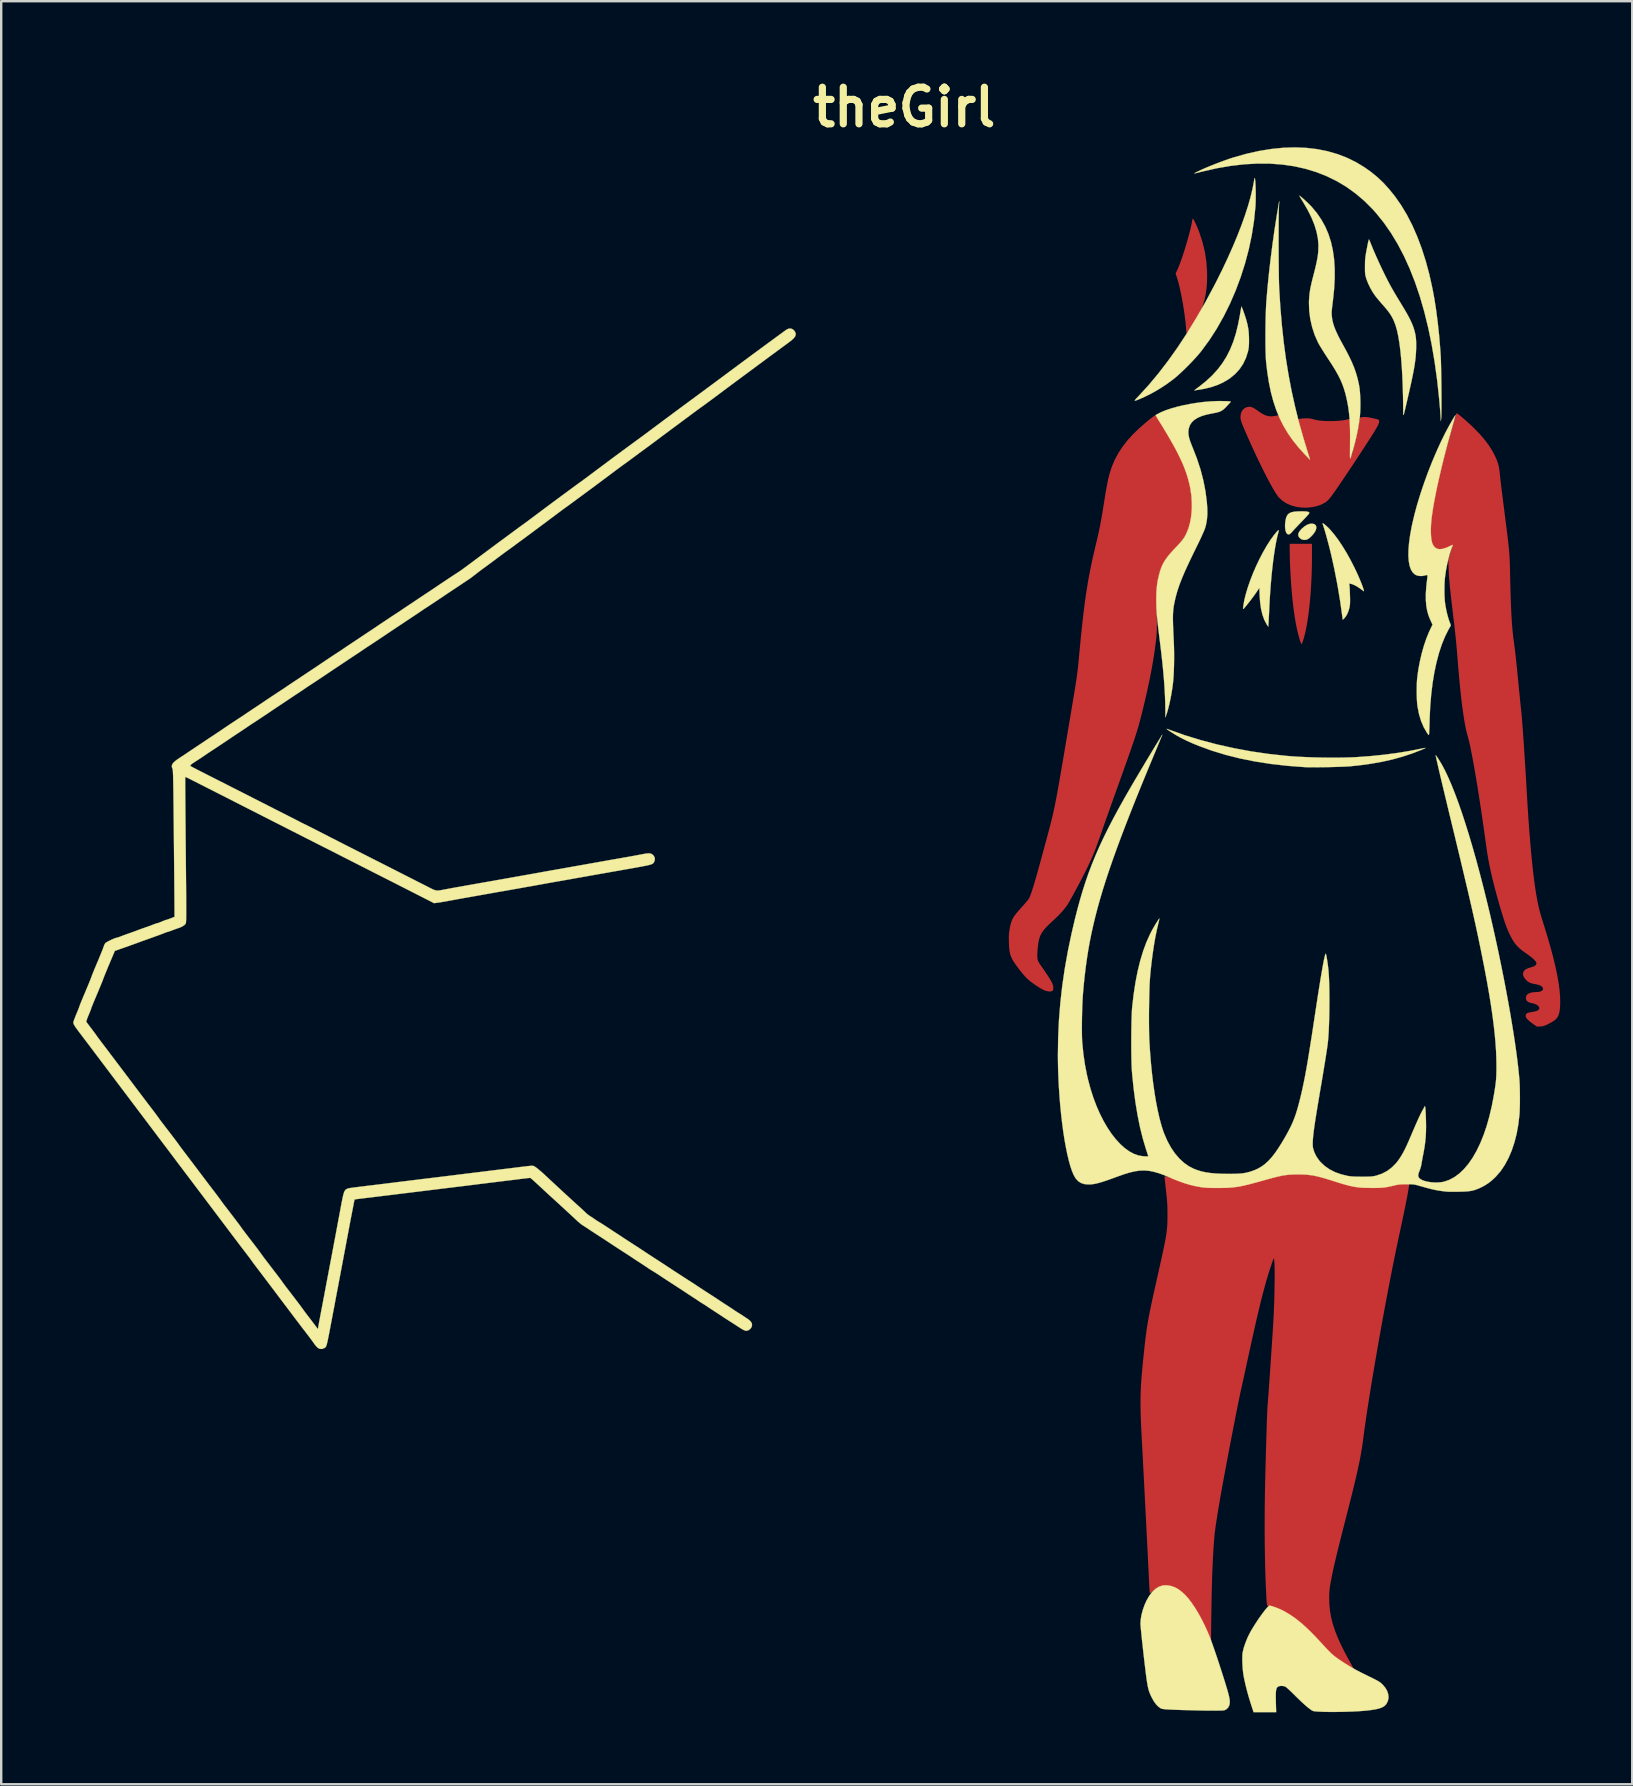
<source format=kicad_pcb>
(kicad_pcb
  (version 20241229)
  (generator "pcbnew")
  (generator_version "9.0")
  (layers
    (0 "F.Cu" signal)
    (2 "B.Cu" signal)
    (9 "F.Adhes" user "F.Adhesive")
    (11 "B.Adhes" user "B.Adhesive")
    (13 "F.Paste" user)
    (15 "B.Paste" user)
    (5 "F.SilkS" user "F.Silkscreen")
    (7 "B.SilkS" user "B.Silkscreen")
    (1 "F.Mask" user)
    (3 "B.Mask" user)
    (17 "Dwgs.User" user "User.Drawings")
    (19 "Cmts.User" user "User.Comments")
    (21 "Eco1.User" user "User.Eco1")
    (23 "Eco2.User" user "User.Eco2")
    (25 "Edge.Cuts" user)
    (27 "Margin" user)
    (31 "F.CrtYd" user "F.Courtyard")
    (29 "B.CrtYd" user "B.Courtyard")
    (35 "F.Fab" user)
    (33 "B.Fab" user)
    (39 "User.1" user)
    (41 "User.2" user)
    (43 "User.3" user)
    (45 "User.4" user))
  (footprint "theGirl"
    (layer "F.Cu")
    (at 34.616 28.723)
    (property "Reference" "theGirl" (at 0 -27.305 0) (layer "F.SilkS") (effects (font (size 1.524 1.524) (thickness 0.3))))
    (attr through_hole)
    (fp_poly (pts (xy 17.084 -9.939) (xy 17.14 -9.893) (xy 17.165 -9.827) (xy 17.157 -9.74) (xy 17.129 -9.663) (xy 17.082 -9.585) (xy 17.014 -9.497) (xy 16.934 -9.413) (xy 16.853 -9.343) (xy 16.846 -9.338) (xy 16.753 -9.292) (xy 16.654 -9.281) (xy 16.558 -9.305) (xy 16.519 -9.326) (xy 16.447 -9.391) (xy 16.412 -9.462) (xy 16.414 -9.54) (xy 16.454 -9.627) (xy 16.531 -9.723) (xy 16.558 -9.75) (xy 16.679 -9.852) (xy 16.799 -9.922) (xy 16.914 -9.958) (xy 16.997 -9.961) (xy 17.084 -9.939)) (stroke (width 0.01) (type solid)) (fill yes) (layer "F.SilkS"))
    (fp_poly (pts (xy 16.668 -10.472) (xy 16.759 -10.466) (xy 16.821 -10.455) (xy 16.857 -10.437) (xy 16.871 -10.413) (xy 16.872 -10.402) (xy 16.859 -10.379) (xy 16.822 -10.333) (xy 16.766 -10.269) (xy 16.693 -10.19) (xy 16.609 -10.101) (xy 16.565 -10.056) (xy 16.469 -9.957) (xy 16.377 -9.86) (xy 16.293 -9.772) (xy 16.224 -9.698) (xy 16.175 -9.643) (xy 16.165 -9.631) (xy 16.1 -9.56) (xy 16.049 -9.521) (xy 16.004 -9.511) (xy 15.961 -9.528) (xy 15.942 -9.543) (xy 15.906 -9.596) (xy 15.879 -9.68) (xy 15.864 -9.787) (xy 15.861 -9.909) (xy 15.872 -10.039) (xy 15.873 -10.048) (xy 15.896 -10.17) (xy 15.929 -10.267) (xy 15.976 -10.342) (xy 16.041 -10.397) (xy 16.129 -10.435) (xy 16.244 -10.459) (xy 16.389 -10.471) (xy 16.543 -10.474) (xy 16.668 -10.472)) (stroke (width 0.01) (type solid)) (fill yes) (layer "F.SilkS"))
    (fp_poly (pts (xy 14.055 -18.992) (xy 14.074 -18.948) (xy 14.1 -18.881) (xy 14.13 -18.798) (xy 14.163 -18.706) (xy 14.194 -18.612) (xy 14.223 -18.523) (xy 14.246 -18.45) (xy 14.294 -18.267) (xy 14.327 -18.099) (xy 14.348 -17.93) (xy 14.358 -17.747) (xy 14.36 -17.615) (xy 14.359 -17.482) (xy 14.355 -17.379) (xy 14.348 -17.294) (xy 14.336 -17.218) (xy 14.319 -17.14) (xy 14.317 -17.13) (xy 14.232 -16.863) (xy 14.115 -16.618) (xy 13.967 -16.397) (xy 13.787 -16.199) (xy 13.576 -16.024) (xy 13.51 -15.978) (xy 13.287 -15.846) (xy 13.047 -15.737) (xy 12.785 -15.647) (xy 12.497 -15.577) (xy 12.179 -15.525) (xy 12.173 -15.524) (xy 12.076 -15.511) (xy 12.271 -15.657) (xy 12.558 -15.886) (xy 12.815 -16.123) (xy 13.042 -16.37) (xy 13.243 -16.632) (xy 13.419 -16.91) (xy 13.571 -17.21) (xy 13.702 -17.532) (xy 13.814 -17.882) (xy 13.907 -18.262) (xy 13.98 -18.64) (xy 13.999 -18.753) (xy 14.016 -18.853) (xy 14.031 -18.932) (xy 14.041 -18.985) (xy 14.046 -19.005) (xy 14.046 -19.006) (xy 14.055 -18.992)) (stroke (width 0.01) (type solid)) (fill yes) (layer "F.SilkS"))
    (fp_poly (pts (xy 15.6 -9.68) (xy 15.594 -9.635) (xy 15.582 -9.594) (xy 15.536 -9.417) (xy 15.491 -9.205) (xy 15.447 -8.961) (xy 15.405 -8.69) (xy 15.365 -8.396) (xy 15.328 -8.082) (xy 15.295 -7.752) (xy 15.265 -7.41) (xy 15.239 -7.06) (xy 15.218 -6.706) (xy 15.211 -6.576) (xy 15.204 -6.428) (xy 15.197 -6.279) (xy 15.19 -6.138) (xy 15.183 -6.014) (xy 15.178 -5.916) (xy 15.176 -5.886) (xy 15.163 -5.666) (xy 15.101 -5.76) (xy 15.001 -5.946) (xy 14.921 -6.165) (xy 14.861 -6.417) (xy 14.822 -6.702) (xy 14.804 -6.962) (xy 14.792 -7.289) (xy 14.666 -7.099) (xy 14.616 -7.028) (xy 14.553 -6.941) (xy 14.482 -6.845) (xy 14.406 -6.745) (xy 14.331 -6.649) (xy 14.26 -6.561) (xy 14.2 -6.488) (xy 14.155 -6.436) (xy 14.133 -6.414) (xy 14.119 -6.407) (xy 14.113 -6.42) (xy 14.114 -6.459) (xy 14.122 -6.523) (xy 14.163 -6.766) (xy 14.228 -7.031) (xy 14.313 -7.314) (xy 14.415 -7.607) (xy 14.532 -7.906) (xy 14.662 -8.205) (xy 14.802 -8.498) (xy 14.948 -8.778) (xy 15.1 -9.041) (xy 15.253 -9.281) (xy 15.407 -9.492) (xy 15.51 -9.616) (xy 15.56 -9.67) (xy 15.59 -9.691) (xy 15.6 -9.68)) (stroke (width 0.01) (type solid)) (fill yes) (layer "F.SilkS"))
    (fp_poly (pts (xy 17.446 -9.973) (xy 17.487 -9.945) (xy 17.542 -9.9) (xy 17.606 -9.844) (xy 17.671 -9.782) (xy 17.732 -9.719) (xy 17.737 -9.714) (xy 17.906 -9.516) (xy 18.08 -9.284) (xy 18.256 -9.02) (xy 18.432 -8.73) (xy 18.606 -8.416) (xy 18.757 -8.119) (xy 18.823 -7.981) (xy 18.887 -7.842) (xy 18.947 -7.704) (xy 19.002 -7.573) (xy 19.051 -7.453) (xy 19.091 -7.346) (xy 19.121 -7.258) (xy 19.14 -7.193) (xy 19.146 -7.154) (xy 19.138 -7.145) (xy 19.134 -7.148) (xy 18.972 -7.27) (xy 18.829 -7.362) (xy 18.702 -7.424) (xy 18.589 -7.459) (xy 18.547 -7.465) (xy 18.534 -7.453) (xy 18.54 -7.416) (xy 18.541 -7.414) (xy 18.546 -7.377) (xy 18.551 -7.308) (xy 18.556 -7.215) (xy 18.561 -7.104) (xy 18.565 -6.986) (xy 18.569 -6.841) (xy 18.569 -6.728) (xy 18.567 -6.638) (xy 18.561 -6.564) (xy 18.551 -6.499) (xy 18.545 -6.468) (xy 18.505 -6.327) (xy 18.451 -6.196) (xy 18.386 -6.086) (xy 18.331 -6.022) (xy 18.264 -5.957) (xy 18.251 -6.061) (xy 18.159 -6.719) (xy 18.047 -7.394) (xy 17.915 -8.073) (xy 17.798 -8.604) (xy 17.759 -8.767) (xy 17.716 -8.942) (xy 17.67 -9.121) (xy 17.622 -9.299) (xy 17.576 -9.469) (xy 17.532 -9.623) (xy 17.493 -9.755) (xy 17.46 -9.858) (xy 17.45 -9.886) (xy 17.433 -9.938) (xy 17.426 -9.973) (xy 17.426 -9.979) (xy 17.446 -9.973)) (stroke (width 0.01) (type solid)) (fill yes) (layer "F.SilkS"))
    (fp_poly (pts (xy 14.607 -24.333) (xy 14.61 -24.317) (xy 14.62 -24.246) (xy 14.627 -24.143) (xy 14.633 -24.016) (xy 14.638 -23.871) (xy 14.64 -23.717) (xy 14.64 -23.561) (xy 14.638 -23.409) (xy 14.634 -23.27) (xy 14.627 -23.154) (xy 14.567 -22.567) (xy 14.475 -21.978) (xy 14.351 -21.39) (xy 14.197 -20.807) (xy 14.014 -20.233) (xy 13.804 -19.672) (xy 13.568 -19.126) (xy 13.307 -18.599) (xy 13.023 -18.095) (xy 12.717 -17.618) (xy 12.39 -17.171) (xy 12.347 -17.117) (xy 12.24 -16.989) (xy 12.112 -16.845) (xy 11.968 -16.691) (xy 11.816 -16.535) (xy 11.661 -16.382) (xy 11.51 -16.239) (xy 11.369 -16.111) (xy 11.244 -16.005) (xy 11.206 -15.975) (xy 10.906 -15.756) (xy 10.593 -15.554) (xy 10.277 -15.374) (xy 9.967 -15.221) (xy 9.819 -15.157) (xy 9.717 -15.116) (xy 9.648 -15.09) (xy 9.61 -15.082) (xy 9.602 -15.093) (xy 9.623 -15.126) (xy 9.674 -15.183) (xy 9.753 -15.265) (xy 9.769 -15.282) (xy 10.179 -15.731) (xy 10.585 -16.217) (xy 10.987 -16.741) (xy 11.385 -17.3) (xy 11.777 -17.895) (xy 12.163 -18.525) (xy 12.543 -19.187) (xy 12.915 -19.882) (xy 13.005 -20.057) (xy 13.248 -20.544) (xy 13.473 -21.023) (xy 13.681 -21.489) (xy 13.871 -21.942) (xy 14.041 -22.378) (xy 14.19 -22.796) (xy 14.319 -23.193) (xy 14.425 -23.567) (xy 14.508 -23.914) (xy 14.559 -24.18) (xy 14.575 -24.272) (xy 14.586 -24.329) (xy 14.594 -24.355) (xy 14.6 -24.355) (xy 14.607 -24.333)) (stroke (width 0.01) (type solid)) (fill yes) (layer "F.SilkS"))
    (fp_poly (pts (xy 10.976 -1.401) (xy 11.04 -1.377) (xy 11.676 -1.151) (xy 12.34 -0.947) (xy 13.027 -0.765) (xy 13.732 -0.608) (xy 14.449 -0.475) (xy 15.173 -0.369) (xy 15.899 -0.29) (xy 16.062 -0.276) (xy 16.347 -0.256) (xy 16.658 -0.24) (xy 16.986 -0.227) (xy 17.322 -0.218) (xy 17.66 -0.214) (xy 17.99 -0.213) (xy 18.304 -0.217) (xy 18.595 -0.225) (xy 18.826 -0.235) (xy 19.416 -0.278) (xy 19.992 -0.337) (xy 20.55 -0.411) (xy 21.081 -0.499) (xy 21.426 -0.567) (xy 21.525 -0.588) (xy 21.61 -0.604) (xy 21.673 -0.615) (xy 21.708 -0.619) (xy 21.712 -0.619) (xy 21.699 -0.609) (xy 21.658 -0.588) (xy 21.596 -0.56) (xy 21.568 -0.548) (xy 21.17 -0.393) (xy 20.764 -0.258) (xy 20.347 -0.142) (xy 19.911 -0.044) (xy 19.453 0.038) (xy 18.968 0.105) (xy 18.572 0.146) (xy 18.479 0.153) (xy 18.354 0.159) (xy 18.203 0.166) (xy 18.033 0.171) (xy 17.848 0.176) (xy 17.657 0.181) (xy 17.466 0.184) (xy 17.28 0.186) (xy 17.106 0.188) (xy 16.95 0.188) (xy 16.819 0.186) (xy 16.719 0.183) (xy 16.697 0.182) (xy 15.974 0.128) (xy 15.281 0.05) (xy 14.617 -0.053) (xy 13.982 -0.181) (xy 13.376 -0.333) (xy 12.797 -0.511) (xy 12.291 -0.695) (xy 12.001 -0.813) (xy 11.744 -0.929) (xy 11.51 -1.046) (xy 11.293 -1.168) (xy 11.089 -1.297) (xy 11.005 -1.353) (xy 10.952 -1.39) (xy 10.93 -1.409) (xy 10.939 -1.412) (xy 10.976 -1.401)) (stroke (width 0.01) (type solid)) (fill yes) (layer "F.SilkS"))
    (fp_poly (pts (xy 15.606 -23.125) (xy 15.602 -23.022) (xy 15.599 -22.885) (xy 15.597 -22.717) (xy 15.595 -22.524) (xy 15.594 -22.31) (xy 15.593 -22.08) (xy 15.593 -21.838) (xy 15.593 -21.588) (xy 15.594 -21.336) (xy 15.595 -21.085) (xy 15.597 -20.841) (xy 15.599 -20.607) (xy 15.602 -20.389) (xy 15.605 -20.19) (xy 15.609 -20.016) (xy 15.613 -19.871) (xy 15.617 -19.759) (xy 15.618 -19.745) (xy 15.666 -18.975) (xy 15.728 -18.236) (xy 15.805 -17.525) (xy 15.897 -16.836) (xy 16.006 -16.164) (xy 16.131 -15.504) (xy 16.275 -14.852) (xy 16.437 -14.201) (xy 16.62 -13.548) (xy 16.792 -12.983) (xy 16.827 -12.872) (xy 16.857 -12.775) (xy 16.881 -12.697) (xy 16.896 -12.645) (xy 16.901 -12.623) (xy 16.901 -12.623) (xy 16.886 -12.636) (xy 16.85 -12.673) (xy 16.796 -12.729) (xy 16.729 -12.799) (xy 16.686 -12.843) (xy 16.424 -13.134) (xy 16.189 -13.427) (xy 15.98 -13.727) (xy 15.795 -14.037) (xy 15.633 -14.36) (xy 15.493 -14.7) (xy 15.373 -15.06) (xy 15.271 -15.443) (xy 15.187 -15.853) (xy 15.119 -16.293) (xy 15.071 -16.716) (xy 15.063 -16.825) (xy 15.056 -16.968) (xy 15.051 -17.139) (xy 15.047 -17.332) (xy 15.045 -17.542) (xy 15.045 -17.764) (xy 15.046 -17.992) (xy 15.048 -18.221) (xy 15.052 -18.444) (xy 15.057 -18.658) (xy 15.064 -18.855) (xy 15.072 -19.031) (xy 15.081 -19.18) (xy 15.081 -19.188) (xy 15.129 -19.763) (xy 15.189 -20.363) (xy 15.259 -20.978) (xy 15.338 -21.595) (xy 15.424 -22.205) (xy 15.516 -22.794) (xy 15.554 -23.017) (xy 15.619 -23.398) (xy 15.606 -23.125)) (stroke (width 0.01) (type solid)) (fill yes) (layer "F.SilkS"))
    (fp_poly (pts (xy 11.089 34.284) (xy 11.2 34.319) (xy 11.276 34.349) (xy 11.34 34.38) (xy 11.402 34.417) (xy 11.473 34.467) (xy 11.554 34.53) (xy 11.689 34.651) (xy 11.829 34.806) (xy 11.972 34.994) (xy 12.118 35.209) (xy 12.263 35.45) (xy 12.405 35.712) (xy 12.543 35.992) (xy 12.674 36.287) (xy 12.732 36.428) (xy 12.772 36.533) (xy 12.822 36.671) (xy 12.88 36.836) (xy 12.945 37.025) (xy 13.015 37.231) (xy 13.088 37.45) (xy 13.162 37.678) (xy 13.237 37.909) (xy 13.31 38.138) (xy 13.379 38.362) (xy 13.394 38.411) (xy 13.451 38.598) (xy 13.494 38.752) (xy 13.526 38.88) (xy 13.547 38.984) (xy 13.558 39.07) (xy 13.559 39.144) (xy 13.551 39.208) (xy 13.535 39.269) (xy 13.534 39.274) (xy 13.488 39.358) (xy 13.415 39.427) (xy 13.335 39.467) (xy 13.295 39.472) (xy 13.221 39.477) (xy 13.116 39.479) (xy 12.987 39.481) (xy 12.836 39.482) (xy 12.669 39.481) (xy 12.489 39.479) (xy 12.303 39.475) (xy 12.183 39.472) (xy 11.912 39.465) (xy 11.677 39.459) (xy 11.476 39.453) (xy 11.305 39.447) (xy 11.162 39.441) (xy 11.044 39.436) (xy 10.949 39.43) (xy 10.872 39.425) (xy 10.812 39.418) (xy 10.766 39.411) (xy 10.731 39.404) (xy 10.704 39.395) (xy 10.688 39.388) (xy 10.589 39.322) (xy 10.49 39.221) (xy 10.394 39.089) (xy 10.308 38.932) (xy 10.274 38.863) (xy 10.245 38.799) (xy 10.219 38.735) (xy 10.195 38.669) (xy 10.174 38.597) (xy 10.154 38.516) (xy 10.135 38.422) (xy 10.116 38.313) (xy 10.097 38.184) (xy 10.076 38.033) (xy 10.054 37.856) (xy 10.029 37.649) (xy 10.001 37.41) (xy 9.975 37.19) (xy 9.951 36.974) (xy 9.928 36.766) (xy 9.906 36.569) (xy 9.887 36.388) (xy 9.871 36.227) (xy 9.857 36.089) (xy 9.847 35.979) (xy 9.841 35.899) (xy 9.839 35.855) (xy 9.851 35.676) (xy 9.886 35.479) (xy 9.941 35.273) (xy 10.013 35.071) (xy 10.088 34.904) (xy 10.204 34.702) (xy 10.328 34.537) (xy 10.462 34.41) (xy 10.605 34.322) (xy 10.758 34.271) (xy 10.919 34.258) (xy 11.089 34.284)) (stroke (width 0.01) (type solid)) (fill yes) (layer "F.SilkS"))
    (fp_poly (pts (xy 16.743 -25.614) (xy 17.196 -25.561) (xy 17.631 -25.474) (xy 18.05 -25.353) (xy 18.451 -25.198) (xy 18.833 -25.009) (xy 19.171 -24.803) (xy 19.453 -24.603) (xy 19.712 -24.39) (xy 19.956 -24.159) (xy 20.19 -23.902) (xy 20.423 -23.614) (xy 20.439 -23.594) (xy 20.697 -23.225) (xy 20.939 -22.822) (xy 21.163 -22.386) (xy 21.368 -21.918) (xy 21.556 -21.419) (xy 21.724 -20.89) (xy 21.874 -20.332) (xy 22.003 -19.747) (xy 22.079 -19.342) (xy 22.154 -18.862) (xy 22.22 -18.351) (xy 22.278 -17.815) (xy 22.324 -17.262) (xy 22.344 -16.97) (xy 22.349 -16.876) (xy 22.354 -16.752) (xy 22.358 -16.604) (xy 22.362 -16.435) (xy 22.366 -16.25) (xy 22.369 -16.054) (xy 22.372 -15.85) (xy 22.374 -15.643) (xy 22.376 -15.437) (xy 22.377 -15.238) (xy 22.378 -15.048) (xy 22.378 -14.872) (xy 22.377 -14.716) (xy 22.376 -14.582) (xy 22.374 -14.476) (xy 22.371 -14.402) (xy 22.368 -14.372) (xy 22.351 -14.235) (xy 22.337 -14.478) (xy 22.33 -14.577) (xy 22.321 -14.703) (xy 22.309 -14.845) (xy 22.296 -14.993) (xy 22.284 -15.133) (xy 22.198 -15.932) (xy 22.092 -16.697) (xy 21.968 -17.428) (xy 21.824 -18.126) (xy 21.661 -18.789) (xy 21.479 -19.419) (xy 21.277 -20.015) (xy 21.056 -20.578) (xy 20.816 -21.107) (xy 20.556 -21.603) (xy 20.277 -22.065) (xy 19.979 -22.494) (xy 19.661 -22.89) (xy 19.507 -23.062) (xy 19.167 -23.402) (xy 18.806 -23.709) (xy 18.426 -23.983) (xy 18.026 -24.223) (xy 17.606 -24.43) (xy 17.169 -24.603) (xy 16.712 -24.742) (xy 16.238 -24.848) (xy 15.745 -24.919) (xy 15.235 -24.957) (xy 14.709 -24.96) (xy 14.165 -24.93) (xy 13.604 -24.865) (xy 13.028 -24.766) (xy 12.435 -24.633) (xy 12.379 -24.619) (xy 12.259 -24.588) (xy 12.174 -24.567) (xy 12.119 -24.554) (xy 12.091 -24.55) (xy 12.085 -24.552) (xy 12.097 -24.562) (xy 12.125 -24.577) (xy 12.134 -24.583) (xy 12.246 -24.64) (xy 12.389 -24.707) (xy 12.555 -24.78) (xy 12.74 -24.857) (xy 12.935 -24.935) (xy 13.135 -25.012) (xy 13.333 -25.085) (xy 13.522 -25.152) (xy 13.696 -25.209) (xy 13.717 -25.215) (xy 14.255 -25.367) (xy 14.781 -25.485) (xy 15.293 -25.568) (xy 15.791 -25.618) (xy 16.275 -25.633) (xy 16.743 -25.614)) (stroke (width 0.01) (type solid)) (fill yes) (layer "F.SilkS"))
    (fp_poly (pts (xy 19.364 -21.795) (xy 19.369 -21.787) (xy 19.385 -21.746) (xy 19.411 -21.681) (xy 19.442 -21.604) (xy 19.45 -21.584) (xy 19.545 -21.353) (xy 19.653 -21.104) (xy 19.77 -20.846) (xy 19.891 -20.587) (xy 20.013 -20.335) (xy 20.132 -20.098) (xy 20.244 -19.886) (xy 20.303 -19.779) (xy 20.362 -19.678) (xy 20.434 -19.553) (xy 20.516 -19.416) (xy 20.6 -19.276) (xy 20.681 -19.144) (xy 20.69 -19.129) (xy 20.819 -18.916) (xy 20.928 -18.729) (xy 21.018 -18.565) (xy 21.092 -18.419) (xy 21.152 -18.286) (xy 21.201 -18.162) (xy 21.218 -18.113) (xy 21.261 -17.968) (xy 21.293 -17.827) (xy 21.313 -17.683) (xy 21.323 -17.524) (xy 21.324 -17.341) (xy 21.321 -17.224) (xy 21.315 -17.087) (xy 21.305 -16.95) (xy 21.291 -16.81) (xy 21.272 -16.662) (xy 21.248 -16.504) (xy 21.217 -16.329) (xy 21.179 -16.136) (xy 21.134 -15.918) (xy 21.08 -15.673) (xy 21.018 -15.397) (xy 20.984 -15.251) (xy 20.936 -15.043) (xy 20.896 -14.87) (xy 20.864 -14.732) (xy 20.838 -14.626) (xy 20.819 -14.551) (xy 20.804 -14.504) (xy 20.794 -14.484) (xy 20.788 -14.488) (xy 20.784 -14.515) (xy 20.783 -14.563) (xy 20.782 -14.63) (xy 20.782 -14.714) (xy 20.782 -14.772) (xy 20.776 -15.24) (xy 20.764 -15.685) (xy 20.747 -16.104) (xy 20.724 -16.495) (xy 20.696 -16.858) (xy 20.663 -17.189) (xy 20.624 -17.489) (xy 20.58 -17.753) (xy 20.532 -17.982) (xy 20.504 -18.09) (xy 20.45 -18.265) (xy 20.389 -18.42) (xy 20.318 -18.565) (xy 20.231 -18.706) (xy 20.123 -18.851) (xy 19.991 -19.009) (xy 19.929 -19.079) (xy 19.846 -19.173) (xy 19.762 -19.272) (xy 19.685 -19.365) (xy 19.624 -19.442) (xy 19.608 -19.463) (xy 19.505 -19.616) (xy 19.407 -19.79) (xy 19.321 -19.97) (xy 19.255 -20.141) (xy 19.243 -20.176) (xy 19.223 -20.244) (xy 19.209 -20.302) (xy 19.2 -20.36) (xy 19.194 -20.426) (xy 19.191 -20.51) (xy 19.191 -20.619) (xy 19.191 -20.683) (xy 19.192 -20.8) (xy 19.194 -20.897) (xy 19.2 -20.983) (xy 19.209 -21.07) (xy 19.223 -21.165) (xy 19.243 -21.279) (xy 19.27 -21.421) (xy 19.271 -21.425) (xy 19.297 -21.561) (xy 19.318 -21.663) (xy 19.334 -21.733) (xy 19.347 -21.776) (xy 19.356 -21.796) (xy 19.364 -21.795)) (stroke (width 0.01) (type solid)) (fill yes) (layer "F.SilkS"))
    (fp_poly (pts (xy 15.265 35.117) (xy 15.343 35.139) (xy 15.438 35.171) (xy 15.543 35.211) (xy 15.648 35.255) (xy 15.745 35.3) (xy 15.788 35.322) (xy 15.973 35.426) (xy 16.155 35.541) (xy 16.336 35.672) (xy 16.52 35.82) (xy 16.711 35.989) (xy 16.912 36.181) (xy 17.127 36.4) (xy 17.359 36.649) (xy 17.384 36.676) (xy 17.51 36.814) (xy 17.616 36.927) (xy 17.707 37.02) (xy 17.787 37.099) (xy 17.864 37.167) (xy 17.942 37.23) (xy 18.026 37.292) (xy 18.122 37.359) (xy 18.236 37.435) (xy 18.25 37.444) (xy 18.384 37.531) (xy 18.511 37.61) (xy 18.636 37.684) (xy 18.767 37.758) (xy 18.911 37.834) (xy 19.073 37.917) (xy 19.262 38.011) (xy 19.362 38.06) (xy 19.501 38.128) (xy 19.611 38.183) (xy 19.695 38.227) (xy 19.761 38.265) (xy 19.813 38.299) (xy 19.856 38.332) (xy 19.896 38.368) (xy 19.928 38.399) (xy 20.04 38.531) (xy 20.118 38.668) (xy 20.162 38.807) (xy 20.172 38.944) (xy 20.146 39.076) (xy 20.085 39.198) (xy 20.077 39.209) (xy 20.024 39.269) (xy 19.956 39.32) (xy 19.869 39.362) (xy 19.759 39.398) (xy 19.621 39.429) (xy 19.453 39.456) (xy 19.283 39.477) (xy 19.107 39.493) (xy 18.903 39.507) (xy 18.679 39.519) (xy 18.441 39.527) (xy 18.198 39.533) (xy 17.955 39.536) (xy 17.722 39.536) (xy 17.504 39.532) (xy 17.31 39.525) (xy 17.147 39.515) (xy 17.13 39.513) (xy 17.078 39.508) (xy 17.036 39.498) (xy 16.995 39.481) (xy 16.948 39.452) (xy 16.886 39.406) (xy 16.808 39.346) (xy 16.735 39.285) (xy 16.642 39.202) (xy 16.536 39.105) (xy 16.425 38.999) (xy 16.315 38.891) (xy 16.272 38.848) (xy 16.162 38.739) (xy 16.064 38.644) (xy 15.981 38.568) (xy 15.917 38.513) (xy 15.874 38.483) (xy 15.867 38.479) (xy 15.782 38.456) (xy 15.692 38.451) (xy 15.61 38.464) (xy 15.558 38.49) (xy 15.53 38.518) (xy 15.508 38.557) (xy 15.492 38.611) (xy 15.482 38.684) (xy 15.476 38.78) (xy 15.475 38.905) (xy 15.478 39.063) (xy 15.479 39.131) (xy 15.491 39.545) (xy 14.551 39.545) (xy 14.442 39.214) (xy 14.365 38.966) (xy 14.292 38.709) (xy 14.226 38.452) (xy 14.171 38.21) (xy 14.135 38.029) (xy 14.116 37.898) (xy 14.1 37.751) (xy 14.089 37.595) (xy 14.082 37.441) (xy 14.081 37.297) (xy 14.084 37.172) (xy 14.093 37.075) (xy 14.096 37.059) (xy 14.143 36.863) (xy 14.214 36.652) (xy 14.302 36.436) (xy 14.362 36.312) (xy 14.424 36.194) (xy 14.498 36.066) (xy 14.581 35.932) (xy 14.669 35.795) (xy 14.759 35.66) (xy 14.85 35.531) (xy 14.937 35.412) (xy 15.017 35.307) (xy 15.089 35.22) (xy 15.149 35.156) (xy 15.193 35.118) (xy 15.215 35.109) (xy 15.265 35.117)) (stroke (width 0.01) (type solid)) (fill yes) (layer "F.SilkS"))
    (fp_poly (pts (xy 16.483 -23.61) (xy 16.528 -23.575) (xy 16.59 -23.522) (xy 16.663 -23.457) (xy 16.741 -23.385) (xy 16.82 -23.311) (xy 16.892 -23.239) (xy 16.954 -23.176) (xy 16.967 -23.162) (xy 17.184 -22.902) (xy 17.372 -22.628) (xy 17.533 -22.338) (xy 17.666 -22.031) (xy 17.772 -21.704) (xy 17.851 -21.356) (xy 17.903 -20.986) (xy 17.929 -20.592) (xy 17.93 -20.172) (xy 17.905 -19.725) (xy 17.86 -19.295) (xy 17.841 -19.138) (xy 17.826 -19.014) (xy 17.815 -18.918) (xy 17.808 -18.843) (xy 17.803 -18.784) (xy 17.802 -18.736) (xy 17.803 -18.693) (xy 17.806 -18.649) (xy 17.811 -18.598) (xy 17.813 -18.575) (xy 17.832 -18.441) (xy 17.865 -18.302) (xy 17.913 -18.154) (xy 17.978 -17.992) (xy 18.061 -17.812) (xy 18.165 -17.609) (xy 18.28 -17.399) (xy 18.427 -17.129) (xy 18.552 -16.883) (xy 18.658 -16.656) (xy 18.746 -16.44) (xy 18.818 -16.231) (xy 18.879 -16.021) (xy 18.929 -15.806) (xy 18.946 -15.72) (xy 18.968 -15.575) (xy 18.984 -15.4) (xy 18.995 -15.206) (xy 19 -15.001) (xy 18.999 -14.796) (xy 18.992 -14.599) (xy 18.978 -14.419) (xy 18.974 -14.381) (xy 18.94 -14.135) (xy 18.893 -13.865) (xy 18.834 -13.584) (xy 18.767 -13.304) (xy 18.695 -13.035) (xy 18.62 -12.79) (xy 18.598 -12.726) (xy 18.589 -12.7) (xy 18.581 -12.683) (xy 18.575 -12.678) (xy 18.571 -12.689) (xy 18.568 -12.719) (xy 18.566 -12.771) (xy 18.566 -12.848) (xy 18.566 -12.954) (xy 18.567 -13.091) (xy 18.569 -13.264) (xy 18.569 -13.318) (xy 18.571 -13.614) (xy 18.568 -13.877) (xy 18.561 -14.113) (xy 18.549 -14.328) (xy 18.531 -14.527) (xy 18.508 -14.716) (xy 18.479 -14.902) (xy 18.443 -15.089) (xy 18.423 -15.183) (xy 18.373 -15.387) (xy 18.316 -15.579) (xy 18.25 -15.765) (xy 18.172 -15.949) (xy 18.078 -16.138) (xy 17.967 -16.337) (xy 17.834 -16.554) (xy 17.679 -16.793) (xy 17.667 -16.81) (xy 17.578 -16.945) (xy 17.491 -17.081) (xy 17.409 -17.212) (xy 17.336 -17.33) (xy 17.277 -17.43) (xy 17.236 -17.505) (xy 17.235 -17.508) (xy 17.098 -17.814) (xy 16.991 -18.141) (xy 16.913 -18.481) (xy 16.868 -18.825) (xy 16.857 -19.166) (xy 16.859 -19.247) (xy 16.868 -19.391) (xy 16.88 -19.526) (xy 16.899 -19.661) (xy 16.925 -19.803) (xy 16.959 -19.961) (xy 17.003 -20.144) (xy 17.031 -20.253) (xy 17.087 -20.469) (xy 17.132 -20.653) (xy 17.168 -20.812) (xy 17.196 -20.949) (xy 17.218 -21.073) (xy 17.234 -21.187) (xy 17.244 -21.284) (xy 17.253 -21.555) (xy 17.231 -21.83) (xy 17.175 -22.113) (xy 17.087 -22.404) (xy 16.965 -22.706) (xy 16.808 -23.021) (xy 16.617 -23.35) (xy 16.6 -23.378) (xy 16.547 -23.464) (xy 16.504 -23.536) (xy 16.474 -23.59) (xy 16.46 -23.619) (xy 16.46 -23.623) (xy 16.483 -23.61)) (stroke (width 0.01) (type solid)) (fill yes) (layer "F.SilkS"))
    (fp_poly (pts (xy 22.957 -14.462) (xy 22.946 -14.416) (xy 22.929 -14.349) (xy 22.921 -14.318) (xy 22.903 -14.253) (xy 22.876 -14.157) (xy 22.843 -14.04) (xy 22.806 -13.908) (xy 22.767 -13.768) (xy 22.744 -13.688) (xy 22.617 -13.225) (xy 22.499 -12.775) (xy 22.39 -12.341) (xy 22.292 -11.925) (xy 22.203 -11.53) (xy 22.127 -11.159) (xy 22.062 -10.815) (xy 22.009 -10.501) (xy 21.97 -10.22) (xy 21.962 -10.144) (xy 21.945 -9.958) (xy 21.936 -9.773) (xy 21.936 -9.596) (xy 21.943 -9.436) (xy 21.957 -9.299) (xy 21.979 -9.191) (xy 21.983 -9.175) (xy 22.034 -9.056) (xy 22.102 -8.971) (xy 22.187 -8.918) (xy 22.29 -8.897) (xy 22.414 -8.908) (xy 22.558 -8.951) (xy 22.69 -9.007) (xy 22.76 -9.041) (xy 22.815 -9.065) (xy 22.847 -9.078) (xy 22.851 -9.078) (xy 22.845 -9.058) (xy 22.828 -9.011) (xy 22.804 -8.947) (xy 22.801 -8.937) (xy 22.732 -8.735) (xy 22.668 -8.504) (xy 22.611 -8.256) (xy 22.563 -8.002) (xy 22.528 -7.753) (xy 22.519 -7.68) (xy 22.509 -7.546) (xy 22.503 -7.386) (xy 22.501 -7.213) (xy 22.502 -7.039) (xy 22.508 -6.876) (xy 22.517 -6.737) (xy 22.52 -6.707) (xy 22.545 -6.529) (xy 22.581 -6.341) (xy 22.625 -6.155) (xy 22.674 -5.986) (xy 22.705 -5.896) (xy 22.769 -5.725) (xy 22.673 -5.555) (xy 22.526 -5.261) (xy 22.392 -4.934) (xy 22.273 -4.573) (xy 22.169 -4.181) (xy 22.08 -3.761) (xy 22.006 -3.313) (xy 21.949 -2.84) (xy 21.908 -2.343) (xy 21.884 -1.825) (xy 21.881 -1.706) (xy 21.877 -1.564) (xy 21.873 -1.435) (xy 21.868 -1.325) (xy 21.863 -1.238) (xy 21.858 -1.18) (xy 21.853 -1.155) (xy 21.853 -1.154) (xy 21.834 -1.169) (xy 21.802 -1.207) (xy 21.781 -1.237) (xy 21.643 -1.472) (xy 21.531 -1.73) (xy 21.444 -2.016) (xy 21.382 -2.33) (xy 21.375 -2.376) (xy 21.362 -2.496) (xy 21.353 -2.645) (xy 21.347 -2.813) (xy 21.345 -2.99) (xy 21.347 -3.166) (xy 21.352 -3.332) (xy 21.361 -3.476) (xy 21.366 -3.528) (xy 21.412 -3.872) (xy 21.476 -4.216) (xy 21.554 -4.554) (xy 21.646 -4.878) (xy 21.749 -5.181) (xy 21.861 -5.454) (xy 21.892 -5.521) (xy 22.004 -5.755) (xy 21.921 -5.931) (xy 21.842 -6.124) (xy 21.783 -6.326) (xy 21.745 -6.542) (xy 21.726 -6.778) (xy 21.725 -7.036) (xy 21.744 -7.321) (xy 21.768 -7.543) (xy 21.782 -7.656) (xy 21.791 -7.735) (xy 21.794 -7.786) (xy 21.788 -7.813) (xy 21.773 -7.822) (xy 21.748 -7.818) (xy 21.709 -7.806) (xy 21.696 -7.803) (xy 21.568 -7.779) (xy 21.443 -7.783) (xy 21.33 -7.812) (xy 21.264 -7.848) (xy 21.174 -7.935) (xy 21.102 -8.055) (xy 21.049 -8.209) (xy 21.015 -8.395) (xy 20.999 -8.613) (xy 21.003 -8.861) (xy 21.025 -9.14) (xy 21.066 -9.449) (xy 21.126 -9.786) (xy 21.161 -9.952) (xy 21.255 -10.353) (xy 21.37 -10.774) (xy 21.503 -11.209) (xy 21.652 -11.651) (xy 21.813 -12.094) (xy 21.985 -12.532) (xy 22.166 -12.958) (xy 22.352 -13.368) (xy 22.542 -13.753) (xy 22.734 -14.109) (xy 22.826 -14.269) (xy 22.874 -14.349) (xy 22.914 -14.415) (xy 22.944 -14.46) (xy 22.958 -14.479) (xy 22.958 -14.479) (xy 22.957 -14.462)) (stroke (width 0.01) (type solid)) (fill yes) (layer "F.SilkS"))
    (fp_poly (pts (xy 13.234 -15.066) (xy 13.344 -15.065) (xy 13.437 -15.062) (xy 13.506 -15.058) (xy 13.539 -15.055) (xy 13.608 -15.042) (xy 13.448 -14.867) (xy 13.359 -14.775) (xy 13.281 -14.706) (xy 13.203 -14.655) (xy 13.116 -14.617) (xy 13.011 -14.588) (xy 12.878 -14.561) (xy 12.848 -14.556) (xy 12.603 -14.506) (xy 12.395 -14.445) (xy 12.222 -14.371) (xy 12.083 -14.283) (xy 11.976 -14.182) (xy 11.9 -14.064) (xy 11.853 -13.931) (xy 11.836 -13.815) (xy 11.835 -13.721) (xy 11.847 -13.623) (xy 11.872 -13.513) (xy 11.912 -13.386) (xy 11.969 -13.235) (xy 12.008 -13.14) (xy 12.191 -12.67) (xy 12.341 -12.213) (xy 12.458 -11.763) (xy 12.545 -11.316) (xy 12.603 -10.867) (xy 12.623 -10.601) (xy 12.626 -10.357) (xy 12.607 -10.12) (xy 12.566 -9.9) (xy 12.53 -9.772) (xy 12.505 -9.706) (xy 12.466 -9.612) (xy 12.414 -9.496) (xy 12.354 -9.364) (xy 12.287 -9.223) (xy 12.217 -9.08) (xy 12.207 -9.059) (xy 12.054 -8.748) (xy 11.919 -8.467) (xy 11.8 -8.214) (xy 11.696 -7.986) (xy 11.606 -7.777) (xy 11.528 -7.586) (xy 11.461 -7.409) (xy 11.404 -7.242) (xy 11.355 -7.083) (xy 11.312 -6.927) (xy 11.276 -6.776) (xy 11.254 -6.67) (xy 11.234 -6.572) (xy 11.219 -6.478) (xy 11.207 -6.383) (xy 11.199 -6.283) (xy 11.193 -6.175) (xy 11.191 -6.053) (xy 11.192 -5.914) (xy 11.196 -5.754) (xy 11.203 -5.568) (xy 11.212 -5.353) (xy 11.224 -5.104) (xy 11.228 -5.032) (xy 11.236 -4.808) (xy 11.24 -4.567) (xy 11.24 -4.318) (xy 11.237 -4.07) (xy 11.229 -3.831) (xy 11.218 -3.61) (xy 11.203 -3.415) (xy 11.196 -3.345) (xy 11.168 -3.122) (xy 11.131 -2.89) (xy 11.088 -2.659) (xy 11.04 -2.437) (xy 10.989 -2.234) (xy 10.937 -2.057) (xy 10.915 -1.994) (xy 10.877 -1.887) (xy 10.875 -2.189) (xy 10.871 -2.485) (xy 10.86 -2.791) (xy 10.843 -3.11) (xy 10.819 -3.447) (xy 10.788 -3.807) (xy 10.75 -4.191) (xy 10.703 -4.606) (xy 10.649 -5.054) (xy 10.639 -5.13) (xy 10.607 -5.385) (xy 10.58 -5.606) (xy 10.558 -5.799) (xy 10.54 -5.967) (xy 10.526 -6.115) (xy 10.515 -6.249) (xy 10.507 -6.373) (xy 10.502 -6.492) (xy 10.499 -6.611) (xy 10.498 -6.735) (xy 10.497 -6.771) (xy 10.501 -7.019) (xy 10.513 -7.237) (xy 10.533 -7.437) (xy 10.565 -7.627) (xy 10.607 -7.816) (xy 10.609 -7.823) (xy 10.659 -7.998) (xy 10.715 -8.155) (xy 10.783 -8.3) (xy 10.865 -8.44) (xy 10.967 -8.582) (xy 11.092 -8.733) (xy 11.243 -8.898) (xy 11.269 -8.925) (xy 11.388 -9.051) (xy 11.484 -9.157) (xy 11.561 -9.249) (xy 11.623 -9.332) (xy 11.676 -9.412) (xy 11.723 -9.497) (xy 11.748 -9.546) (xy 11.839 -9.766) (xy 11.908 -10.013) (xy 11.955 -10.283) (xy 11.978 -10.568) (xy 11.978 -10.866) (xy 11.954 -11.169) (xy 11.907 -11.473) (xy 11.898 -11.516) (xy 11.853 -11.711) (xy 11.8 -11.903) (xy 11.738 -12.097) (xy 11.665 -12.295) (xy 11.579 -12.5) (xy 11.48 -12.715) (xy 11.365 -12.945) (xy 11.234 -13.191) (xy 11.084 -13.456) (xy 10.915 -13.745) (xy 10.724 -14.06) (xy 10.595 -14.268) (xy 10.464 -14.478) (xy 10.548 -14.527) (xy 10.709 -14.609) (xy 10.904 -14.688) (xy 11.127 -14.763) (xy 11.373 -14.832) (xy 11.636 -14.894) (xy 11.911 -14.949) (xy 12.193 -14.994) (xy 12.476 -15.03) (xy 12.755 -15.054) (xy 13.025 -15.066) (xy 13.115 -15.067) (xy 13.234 -15.066)) (stroke (width 0.01) (type solid)) (fill yes) (layer "F.SilkS"))
    (fp_poly (pts (xy 10.751 -1.173) (xy 10.742 -1.15) (xy 10.719 -1.094) (xy 10.684 -1.01) (xy 10.639 -0.9) (xy 10.585 -0.77) (xy 10.524 -0.622) (xy 10.456 -0.46) (xy 10.395 -0.314) (xy 10.127 0.331) (xy 9.876 0.943) (xy 9.641 1.524) (xy 9.422 2.075) (xy 9.218 2.599) (xy 9.028 3.098) (xy 8.852 3.573) (xy 8.689 4.027) (xy 8.539 4.461) (xy 8.401 4.877) (xy 8.274 5.278) (xy 8.159 5.665) (xy 8.054 6.04) (xy 7.959 6.405) (xy 7.873 6.762) (xy 7.795 7.113) (xy 7.726 7.46) (xy 7.664 7.805) (xy 7.61 8.15) (xy 7.561 8.496) (xy 7.519 8.845) (xy 7.481 9.201) (xy 7.449 9.564) (xy 7.444 9.622) (xy 7.433 9.782) (xy 7.423 9.968) (xy 7.415 10.171) (xy 7.408 10.387) (xy 7.403 10.607) (xy 7.4 10.826) (xy 7.399 11.038) (xy 7.4 11.235) (xy 7.403 11.411) (xy 7.408 11.56) (xy 7.414 11.655) (xy 7.461 12.125) (xy 7.526 12.572) (xy 7.612 13.009) (xy 7.661 13.218) (xy 7.763 13.596) (xy 7.879 13.957) (xy 8.009 14.3) (xy 8.151 14.623) (xy 8.303 14.924) (xy 8.465 15.202) (xy 8.636 15.456) (xy 8.813 15.682) (xy 8.996 15.881) (xy 9.183 16.049) (xy 9.374 16.186) (xy 9.566 16.29) (xy 9.759 16.358) (xy 9.952 16.39) (xy 10.014 16.392) (xy 10.166 16.392) (xy 10.059 16.064) (xy 9.934 15.641) (xy 9.82 15.182) (xy 9.72 14.688) (xy 9.632 14.161) (xy 9.558 13.602) (xy 9.497 13.013) (xy 9.483 12.845) (xy 9.475 12.721) (xy 9.469 12.564) (xy 9.463 12.381) (xy 9.46 12.177) (xy 9.457 11.957) (xy 9.456 11.727) (xy 9.456 11.493) (xy 9.458 11.259) (xy 9.461 11.032) (xy 9.465 10.816) (xy 9.47 10.618) (xy 9.477 10.443) (xy 9.484 10.296) (xy 9.493 10.188) (xy 9.554 9.653) (xy 9.63 9.152) (xy 9.721 8.686) (xy 9.827 8.252) (xy 9.948 7.85) (xy 10.085 7.478) (xy 10.239 7.136) (xy 10.301 7.013) (xy 10.346 6.931) (xy 10.397 6.842) (xy 10.451 6.75) (xy 10.504 6.663) (xy 10.553 6.587) (xy 10.592 6.528) (xy 10.619 6.493) (xy 10.627 6.486) (xy 10.626 6.503) (xy 10.617 6.55) (xy 10.601 6.619) (xy 10.589 6.666) (xy 10.52 6.96) (xy 10.454 7.287) (xy 10.394 7.641) (xy 10.339 8.015) (xy 10.29 8.405) (xy 10.249 8.803) (xy 10.238 8.938) (xy 10.228 9.076) (xy 10.219 9.248) (xy 10.212 9.446) (xy 10.206 9.666) (xy 10.201 9.901) (xy 10.197 10.146) (xy 10.194 10.394) (xy 10.193 10.639) (xy 10.194 10.875) (xy 10.196 11.097) (xy 10.199 11.299) (xy 10.204 11.474) (xy 10.208 11.561) (xy 10.237 12.029) (xy 10.273 12.485) (xy 10.317 12.926) (xy 10.368 13.351) (xy 10.426 13.754) (xy 10.489 14.135) (xy 10.559 14.489) (xy 10.633 14.814) (xy 10.713 15.108) (xy 10.796 15.366) (xy 10.827 15.448) (xy 10.959 15.752) (xy 11.109 16.027) (xy 11.276 16.272) (xy 11.459 16.486) (xy 11.656 16.667) (xy 11.866 16.813) (xy 12.07 16.915) (xy 12.229 16.975) (xy 12.394 17.024) (xy 12.57 17.061) (xy 12.763 17.089) (xy 12.979 17.108) (xy 13.222 17.119) (xy 13.473 17.123) (xy 13.665 17.122) (xy 13.826 17.119) (xy 13.96 17.113) (xy 14.076 17.103) (xy 14.179 17.088) (xy 14.276 17.068) (xy 14.374 17.042) (xy 14.44 17.022) (xy 14.605 16.963) (xy 14.758 16.891) (xy 14.903 16.804) (xy 15.042 16.699) (xy 15.176 16.574) (xy 15.311 16.425) (xy 15.447 16.25) (xy 15.587 16.046) (xy 15.735 15.811) (xy 15.889 15.548) (xy 15.998 15.35) (xy 16.092 15.167) (xy 16.173 14.991) (xy 16.246 14.813) (xy 16.312 14.627) (xy 16.375 14.422) (xy 16.438 14.192) (xy 16.48 14.029) (xy 16.519 13.87) (xy 16.557 13.708) (xy 16.594 13.541) (xy 16.631 13.366) (xy 16.669 13.181) (xy 16.707 12.982) (xy 16.746 12.768) (xy 16.787 12.534) (xy 16.83 12.279) (xy 16.875 12) (xy 16.924 11.694) (xy 16.977 11.358) (xy 17.033 10.99) (xy 17.094 10.587) (xy 17.117 10.438) (xy 17.18 10.022) (xy 17.238 9.644) (xy 17.292 9.304) (xy 17.341 9.001) (xy 17.385 8.737) (xy 17.425 8.51) (xy 17.46 8.322) (xy 17.49 8.172) (xy 17.515 8.061) (xy 17.536 7.988) (xy 17.552 7.954) (xy 17.557 7.951) (xy 17.566 7.969) (xy 17.58 8.021) (xy 17.595 8.101) (xy 17.612 8.203) (xy 17.63 8.322) (xy 17.648 8.453) (xy 17.664 8.589) (xy 17.666 8.606) (xy 17.679 8.757) (xy 17.69 8.942) (xy 17.698 9.155) (xy 17.704 9.39) (xy 17.708 9.641) (xy 17.709 9.903) (xy 17.707 10.17) (xy 17.704 10.437) (xy 17.698 10.698) (xy 17.69 10.947) (xy 17.68 11.179) (xy 17.667 11.388) (xy 17.653 11.568) (xy 17.643 11.655) (xy 17.63 11.765) (xy 17.611 11.901) (xy 17.586 12.066) (xy 17.556 12.261) (xy 17.52 12.488) (xy 17.477 12.747) (xy 17.429 13.04) (xy 17.374 13.368) (xy 17.311 13.733) (xy 17.303 13.783) (xy 17.245 14.127) (xy 17.194 14.434) (xy 17.15 14.708) (xy 17.112 14.949) (xy 17.081 15.162) (xy 17.056 15.347) (xy 17.037 15.507) (xy 17.024 15.645) (xy 17.016 15.762) (xy 17.013 15.86) (xy 17.015 15.943) (xy 17.021 16.012) (xy 17.028 16.05) (xy 17.08 16.221) (xy 17.164 16.393) (xy 17.276 16.556) (xy 17.344 16.635) (xy 17.52 16.799) (xy 17.719 16.937) (xy 17.943 17.051) (xy 18.195 17.141) (xy 18.465 17.207) (xy 18.542 17.22) (xy 18.627 17.229) (xy 18.728 17.236) (xy 18.85 17.24) (xy 19.002 17.241) (xy 19.061 17.241) (xy 19.206 17.241) (xy 19.319 17.239) (xy 19.408 17.236) (xy 19.48 17.23) (xy 19.543 17.221) (xy 19.603 17.21) (xy 19.657 17.197) (xy 19.894 17.118) (xy 20.111 17.005) (xy 20.308 16.858) (xy 20.485 16.679) (xy 20.552 16.595) (xy 20.63 16.486) (xy 20.703 16.372) (xy 20.775 16.248) (xy 20.849 16.107) (xy 20.926 15.945) (xy 21.012 15.755) (xy 21.078 15.601) (xy 21.171 15.382) (xy 21.252 15.195) (xy 21.321 15.037) (xy 21.38 14.903) (xy 21.431 14.791) (xy 21.476 14.695) (xy 21.517 14.612) (xy 21.555 14.538) (xy 21.587 14.479) (xy 21.688 14.296) (xy 21.703 14.362) (xy 21.708 14.4) (xy 21.713 14.47) (xy 21.719 14.567) (xy 21.724 14.684) (xy 21.728 14.815) (xy 21.731 14.897) (xy 21.735 15.153) (xy 21.731 15.381) (xy 21.72 15.594) (xy 21.7 15.802) (xy 21.67 16.018) (xy 21.628 16.252) (xy 21.6 16.394) (xy 21.581 16.495) (xy 21.562 16.6) (xy 21.547 16.692) (xy 21.543 16.716) (xy 21.524 16.807) (xy 21.495 16.908) (xy 21.465 16.988) (xy 21.425 17.091) (xy 21.408 17.171) (xy 21.413 17.233) (xy 21.441 17.286) (xy 21.47 17.318) (xy 21.548 17.37) (xy 21.657 17.414) (xy 21.788 17.448) (xy 21.935 17.471) (xy 22.089 17.483) (xy 22.243 17.482) (xy 22.39 17.467) (xy 22.485 17.448) (xy 22.705 17.372) (xy 22.918 17.258) (xy 23.122 17.108) (xy 23.316 16.922) (xy 23.501 16.703) (xy 23.676 16.45) (xy 23.84 16.164) (xy 23.992 15.848) (xy 24.133 15.501) (xy 24.261 15.124) (xy 24.375 14.72) (xy 24.476 14.288) (xy 24.563 13.83) (xy 24.569 13.793) (xy 24.599 13.608) (xy 24.622 13.452) (xy 24.64 13.315) (xy 24.652 13.189) (xy 24.66 13.063) (xy 24.665 12.928) (xy 24.668 12.774) (xy 24.668 12.63) (xy 24.663 12.316) (xy 24.65 11.987) (xy 24.626 11.641) (xy 24.593 11.276) (xy 24.549 10.89) (xy 24.495 10.48) (xy 24.431 10.044) (xy 24.355 9.58) (xy 24.268 9.085) (xy 24.169 8.558) (xy 24.058 7.997) (xy 24.053 7.972) (xy 24.007 7.744) (xy 23.961 7.521) (xy 23.915 7.3) (xy 23.868 7.079) (xy 23.82 6.855) (xy 23.77 6.625) (xy 23.717 6.388) (xy 23.662 6.141) (xy 23.602 5.882) (xy 23.539 5.607) (xy 23.471 5.314) (xy 23.397 5.002) (xy 23.318 4.667) (xy 23.232 4.306) (xy 23.14 3.919) (xy 23.039 3.501) (xy 22.931 3.05) (xy 22.813 2.565) (xy 22.793 2.48) (xy 22.728 2.212) (xy 22.663 1.945) (xy 22.601 1.683) (xy 22.54 1.43) (xy 22.483 1.19) (xy 22.429 0.967) (xy 22.381 0.764) (xy 22.338 0.584) (xy 22.302 0.432) (xy 22.274 0.311) (xy 22.256 0.233) (xy 22.226 0.1) (xy 22.199 -0.021) (xy 22.175 -0.125) (xy 22.156 -0.207) (xy 22.144 -0.261) (xy 22.14 -0.28) (xy 22.137 -0.308) (xy 22.14 -0.314) (xy 22.154 -0.298) (xy 22.184 -0.257) (xy 22.225 -0.196) (xy 22.264 -0.138) (xy 22.391 0.071) (xy 22.521 0.317) (xy 22.656 0.601) (xy 22.794 0.92) (xy 22.935 1.273) (xy 23.079 1.66) (xy 23.225 2.079) (xy 23.373 2.53) (xy 23.523 3.011) (xy 23.674 3.521) (xy 23.826 4.059) (xy 23.978 4.624) (xy 24.131 5.215) (xy 24.283 5.83) (xy 24.405 6.339) (xy 24.525 6.862) (xy 24.642 7.389) (xy 24.756 7.918) (xy 24.865 8.446) (xy 24.97 8.969) (xy 25.069 9.485) (xy 25.162 9.99) (xy 25.249 10.482) (xy 25.328 10.957) (xy 25.401 11.412) (xy 25.465 11.845) (xy 25.52 12.252) (xy 25.566 12.629) (xy 25.603 12.975) (xy 25.625 13.225) (xy 25.633 13.358) (xy 25.639 13.518) (xy 25.642 13.697) (xy 25.644 13.887) (xy 25.644 14.079) (xy 25.642 14.265) (xy 25.637 14.434) (xy 25.631 14.58) (xy 25.625 14.662) (xy 25.578 15.065) (xy 25.509 15.45) (xy 25.416 15.813) (xy 25.303 16.152) (xy 25.168 16.466) (xy 25.014 16.752) (xy 24.842 17.008) (xy 24.651 17.23) (xy 24.631 17.251) (xy 24.476 17.396) (xy 24.326 17.514) (xy 24.168 17.614) (xy 24.02 17.691) (xy 23.902 17.744) (xy 23.794 17.785) (xy 23.688 17.816) (xy 23.577 17.838) (xy 23.452 17.853) (xy 23.305 17.862) (xy 23.129 17.866) (xy 23.095 17.867) (xy 22.967 17.868) (xy 22.848 17.868) (xy 22.744 17.868) (xy 22.663 17.867) (xy 22.613 17.865) (xy 22.607 17.864) (xy 22.435 17.845) (xy 22.276 17.822) (xy 22.121 17.794) (xy 21.96 17.758) (xy 21.784 17.713) (xy 21.584 17.657) (xy 21.513 17.637) (xy 21.409 17.607) (xy 21.328 17.585) (xy 21.26 17.571) (xy 21.194 17.562) (xy 21.118 17.558) (xy 21.023 17.557) (xy 20.927 17.556) (xy 20.799 17.557) (xy 20.699 17.56) (xy 20.617 17.567) (xy 20.541 17.578) (xy 20.461 17.594) (xy 20.409 17.607) (xy 20.272 17.639) (xy 20.155 17.665) (xy 20.047 17.683) (xy 19.941 17.696) (xy 19.827 17.703) (xy 19.695 17.708) (xy 19.536 17.709) (xy 19.471 17.709) (xy 19.273 17.707) (xy 19.097 17.701) (xy 18.936 17.688) (xy 18.78 17.667) (xy 18.623 17.637) (xy 18.456 17.597) (xy 18.271 17.545) (xy 18.061 17.481) (xy 17.986 17.457) (xy 17.748 17.381) (xy 17.541 17.318) (xy 17.359 17.267) (xy 17.197 17.227) (xy 17.048 17.196) (xy 16.907 17.174) (xy 16.769 17.159) (xy 16.626 17.15) (xy 16.475 17.146) (xy 16.374 17.146) (xy 16.23 17.148) (xy 16.099 17.154) (xy 15.972 17.165) (xy 15.846 17.181) (xy 15.713 17.204) (xy 15.567 17.235) (xy 15.403 17.275) (xy 15.214 17.326) (xy 14.994 17.387) (xy 14.987 17.389) (xy 14.74 17.459) (xy 14.525 17.517) (xy 14.336 17.566) (xy 14.169 17.606) (xy 14.018 17.638) (xy 13.878 17.663) (xy 13.744 17.681) (xy 13.61 17.694) (xy 13.472 17.703) (xy 13.323 17.707) (xy 13.158 17.71) (xy 13.082 17.71) (xy 12.906 17.709) (xy 12.762 17.708) (xy 12.644 17.704) (xy 12.545 17.698) (xy 12.458 17.69) (xy 12.377 17.679) (xy 12.349 17.675) (xy 12.128 17.634) (xy 11.917 17.584) (xy 11.709 17.524) (xy 11.493 17.45) (xy 11.261 17.36) (xy 11.056 17.273) (xy 10.808 17.17) (xy 10.584 17.09) (xy 10.377 17.032) (xy 10.182 16.995) (xy 9.992 16.981) (xy 9.8 16.989) (xy 9.601 17.018) (xy 9.387 17.068) (xy 9.152 17.14) (xy 8.92 17.222) (xy 8.697 17.303) (xy 8.505 17.372) (xy 8.342 17.427) (xy 8.202 17.472) (xy 8.082 17.506) (xy 7.978 17.531) (xy 7.885 17.548) (xy 7.799 17.559) (xy 7.717 17.563) (xy 7.671 17.564) (xy 7.507 17.55) (xy 7.367 17.505) (xy 7.248 17.43) (xy 7.148 17.322) (xy 7.115 17.274) (xy 7.045 17.143) (xy 6.977 16.977) (xy 6.911 16.776) (xy 6.848 16.544) (xy 6.787 16.285) (xy 6.729 15.999) (xy 6.674 15.691) (xy 6.623 15.362) (xy 6.577 15.015) (xy 6.535 14.654) (xy 6.498 14.281) (xy 6.467 13.898) (xy 6.441 13.508) (xy 6.421 13.114) (xy 6.407 12.718) (xy 6.401 12.324) (xy 6.4 12.162) (xy 6.411 11.433) (xy 6.444 10.716) (xy 6.501 10.005) (xy 6.581 9.294) (xy 6.685 8.577) (xy 6.815 7.849) (xy 6.971 7.103) (xy 7.113 6.495) (xy 7.218 6.084) (xy 7.326 5.69) (xy 7.439 5.309) (xy 7.558 4.937) (xy 7.686 4.572) (xy 7.824 4.21) (xy 7.973 3.847) (xy 8.134 3.479) (xy 8.31 3.103) (xy 8.501 2.716) (xy 8.71 2.314) (xy 8.938 1.893) (xy 9.185 1.45) (xy 9.455 0.981) (xy 9.583 0.762) (xy 9.669 0.617) (xy 9.762 0.461) (xy 9.859 0.297) (xy 9.961 0.127) (xy 10.063 -0.045) (xy 10.165 -0.215) (xy 10.265 -0.381) (xy 10.361 -0.539) (xy 10.45 -0.687) (xy 10.532 -0.821) (xy 10.603 -0.938) (xy 10.663 -1.035) (xy 10.709 -1.109) (xy 10.739 -1.156) (xy 10.751 -1.174) (xy 10.751 -1.173)) (stroke (width 0.01) (type solid)) (fill yes) (layer "F.SilkS"))
    (fp_poly (pts (xy -4.645 -18.058) (xy -4.576 -17.993) (xy -4.56 -17.971) (xy -4.528 -17.901) (xy -4.521 -17.835) (xy -4.541 -17.768) (xy -4.591 -17.697) (xy -4.672 -17.618) (xy -4.787 -17.528) (xy -4.8 -17.518) (xy -5.052 -17.333) (xy -5.31 -17.143) (xy -5.565 -16.955) (xy -5.811 -16.773) (xy -6.04 -16.604) (xy -6.232 -16.462) (xy -6.354 -16.371) (xy -6.477 -16.28) (xy -6.594 -16.194) (xy -6.697 -16.118) (xy -6.78 -16.056) (xy -6.82 -16.027) (xy -6.904 -15.965) (xy -7.007 -15.888) (xy -7.117 -15.806) (xy -7.223 -15.728) (xy -7.24 -15.715) (xy -7.495 -15.525) (xy -7.718 -15.358) (xy -7.91 -15.215) (xy -8.071 -15.095) (xy -8.202 -14.999) (xy -8.302 -14.925) (xy -8.371 -14.875) (xy -8.392 -14.86) (xy -8.444 -14.823) (xy -8.519 -14.769) (xy -8.612 -14.701) (xy -8.714 -14.626) (xy -8.814 -14.552) (xy -8.922 -14.472) (xy -9.031 -14.391) (xy -9.133 -14.315) (xy -9.219 -14.251) (xy -9.275 -14.21) (xy -9.374 -14.136) (xy -9.504 -14.039) (xy -9.664 -13.921) (xy -9.853 -13.78) (xy -10.069 -13.619) (xy -10.313 -13.437) (xy -10.33 -13.424) (xy -10.434 -13.346) (xy -10.53 -13.275) (xy -10.612 -13.214) (xy -10.675 -13.167) (xy -10.715 -13.138) (xy -10.724 -13.132) (xy -10.75 -13.113) (xy -10.803 -13.074) (xy -10.878 -13.019) (xy -10.971 -12.951) (xy -11.075 -12.874) (xy -11.165 -12.807) (xy -11.282 -12.721) (xy -11.395 -12.637) (xy -11.499 -12.56) (xy -11.588 -12.495) (xy -11.656 -12.446) (xy -11.686 -12.425) (xy -11.743 -12.384) (xy -11.822 -12.326) (xy -11.916 -12.256) (xy -12.018 -12.181) (xy -12.086 -12.129) (xy -12.227 -12.024) (xy -12.371 -11.916) (xy -12.516 -11.808) (xy -12.656 -11.703) (xy -12.788 -11.605) (xy -12.907 -11.516) (xy -13.01 -11.44) (xy -13.092 -11.379) (xy -13.149 -11.337) (xy -13.166 -11.324) (xy -13.205 -11.296) (xy -13.27 -11.248) (xy -13.354 -11.186) (xy -13.453 -11.113) (xy -13.56 -11.034) (xy -13.608 -10.999) (xy -13.719 -10.916) (xy -13.829 -10.836) (xy -13.928 -10.763) (xy -14.012 -10.702) (xy -14.074 -10.658) (xy -14.089 -10.647) (xy -14.143 -10.608) (xy -14.221 -10.551) (xy -14.315 -10.481) (xy -14.419 -10.404) (xy -14.525 -10.325) (xy -14.529 -10.322) (xy -14.66 -10.224) (xy -14.801 -10.118) (xy -14.946 -10.009) (xy -15.091 -9.901) (xy -15.23 -9.797) (xy -15.358 -9.703) (xy -15.468 -9.621) (xy -15.556 -9.555) (xy -15.595 -9.526) (xy -15.643 -9.491) (xy -15.716 -9.437) (xy -15.807 -9.37) (xy -15.91 -9.294) (xy -16.019 -9.213) (xy -16.051 -9.19) (xy -16.164 -9.107) (xy -16.275 -9.024) (xy -16.379 -8.948) (xy -16.468 -8.884) (xy -16.534 -8.836) (xy -16.546 -8.828) (xy -16.607 -8.784) (xy -16.693 -8.721) (xy -16.794 -8.646) (xy -16.902 -8.565) (xy -17.012 -8.484) (xy -17.015 -8.481) (xy -17.127 -8.397) (xy -17.24 -8.313) (xy -17.348 -8.233) (xy -17.441 -8.165) (xy -17.511 -8.115) (xy -17.601 -8.049) (xy -17.706 -7.97) (xy -17.809 -7.89) (xy -17.867 -7.845) (xy -17.949 -7.781) (xy -18.03 -7.72) (xy -18.099 -7.67) (xy -18.14 -7.641) (xy -18.204 -7.6) (xy -18.282 -7.548) (xy -18.346 -7.505) (xy -18.401 -7.468) (xy -18.481 -7.414) (xy -18.577 -7.35) (xy -18.682 -7.28) (xy -18.766 -7.225) (xy -18.866 -7.158) (xy -18.959 -7.097) (xy -19.038 -7.044) (xy -19.097 -7.004) (xy -19.127 -6.984) (xy -19.18 -6.948) (xy -19.256 -6.896) (xy -19.35 -6.834) (xy -19.453 -6.764) (xy -19.561 -6.693) (xy -19.666 -6.623) (xy -19.762 -6.56) (xy -19.841 -6.507) (xy -19.898 -6.47) (xy -19.917 -6.459) (xy -19.987 -6.413) (xy -20.058 -6.366) (xy -20.086 -6.346) (xy -20.145 -6.306) (xy -20.229 -6.249) (xy -20.333 -6.179) (xy -20.449 -6.102) (xy -20.553 -6.033) (xy -20.611 -5.995) (xy -20.685 -5.946) (xy -20.749 -5.903) (xy -20.804 -5.866) (xy -20.884 -5.812) (xy -20.981 -5.748) (xy -21.086 -5.678) (xy -21.169 -5.623) (xy -21.269 -5.556) (xy -21.362 -5.494) (xy -21.441 -5.442) (xy -21.5 -5.402) (xy -21.53 -5.382) (xy -21.583 -5.346) (xy -21.659 -5.294) (xy -21.753 -5.232) (xy -21.857 -5.162) (xy -21.964 -5.091) (xy -22.069 -5.021) (xy -22.165 -4.958) (xy -22.245 -4.905) (xy -22.302 -4.868) (xy -22.32 -4.856) (xy -22.39 -4.811) (xy -22.461 -4.764) (xy -22.49 -4.744) (xy -22.548 -4.704) (xy -22.632 -4.647) (xy -22.736 -4.577) (xy -22.853 -4.5) (xy -22.957 -4.431) (xy -23.015 -4.393) (xy -23.088 -4.344) (xy -23.152 -4.301) (xy -23.207 -4.264) (xy -23.287 -4.21) (xy -23.384 -4.146) (xy -23.489 -4.076) (xy -23.572 -4.021) (xy -23.673 -3.954) (xy -23.766 -3.892) (xy -23.845 -3.839) (xy -23.903 -3.8) (xy -23.934 -3.78) (xy -23.986 -3.744) (xy -24.063 -3.692) (xy -24.156 -3.629) (xy -24.26 -3.56) (xy -24.368 -3.488) (xy -24.472 -3.419) (xy -24.568 -3.356) (xy -24.648 -3.303) (xy -24.705 -3.266) (xy -24.723 -3.254) (xy -24.793 -3.209) (xy -24.865 -3.161) (xy -24.893 -3.142) (xy -24.951 -3.102) (xy -25.036 -3.044) (xy -25.139 -2.975) (xy -25.256 -2.898) (xy -25.36 -2.829) (xy -25.418 -2.791) (xy -25.491 -2.742) (xy -25.555 -2.699) (xy -25.611 -2.661) (xy -25.691 -2.608) (xy -25.787 -2.544) (xy -25.892 -2.474) (xy -25.975 -2.419) (xy -26.076 -2.352) (xy -26.169 -2.29) (xy -26.248 -2.237) (xy -26.307 -2.198) (xy -26.337 -2.177) (xy -26.39 -2.141) (xy -26.466 -2.09) (xy -26.559 -2.027) (xy -26.663 -1.958) (xy -26.771 -1.886) (xy -26.876 -1.817) (xy -26.971 -1.753) (xy -27.051 -1.701) (xy -27.108 -1.664) (xy -27.126 -1.652) (xy -27.197 -1.607) (xy -27.268 -1.559) (xy -27.296 -1.54) (xy -27.337 -1.511) (xy -27.404 -1.466) (xy -27.489 -1.409) (xy -27.587 -1.344) (xy -27.675 -1.285) (xy -27.776 -1.219) (xy -27.869 -1.157) (xy -27.948 -1.104) (xy -28.007 -1.065) (xy -28.037 -1.044) (xy -28.081 -1.014) (xy -28.151 -0.967) (xy -28.24 -0.907) (xy -28.342 -0.839) (xy -28.45 -0.767) (xy -28.558 -0.695) (xy -28.658 -0.629) (xy -28.745 -0.571) (xy -28.812 -0.527) (xy -28.84 -0.509) (xy -28.91 -0.463) (xy -28.98 -0.417) (xy -29.019 -0.391) (xy -29.145 -0.304) (xy -29.268 -0.222) (xy -29.379 -0.148) (xy -29.473 -0.087) (xy -29.537 -0.046) (xy -29.639 0.02) (xy -29.706 0.072) (xy -29.738 0.111) (xy -29.737 0.133) (xy -29.715 0.146) (xy -29.663 0.174) (xy -29.584 0.216) (xy -29.481 0.27) (xy -29.359 0.333) (xy -29.221 0.403) (xy -29.072 0.479) (xy -29.033 0.499) (xy -28.753 0.641) (xy -28.504 0.767) (xy -28.282 0.879) (xy -28.085 0.98) (xy -27.907 1.07) (xy -27.745 1.152) (xy -27.597 1.227) (xy -27.457 1.298) (xy -27.323 1.366) (xy -27.19 1.434) (xy -27.055 1.503) (xy -26.914 1.574) (xy -26.884 1.59) (xy -26.707 1.68) (xy -26.509 1.781) (xy -26.301 1.887) (xy -26.094 1.992) (xy -25.899 2.091) (xy -25.731 2.176) (xy -25.593 2.246) (xy -25.465 2.311) (xy -25.352 2.369) (xy -25.258 2.417) (xy -25.188 2.454) (xy -25.145 2.476) (xy -25.135 2.481) (xy -25.103 2.499) (xy -25.048 2.526) (xy -24.981 2.558) (xy -24.979 2.559) (xy -24.925 2.584) (xy -24.844 2.625) (xy -24.741 2.677) (xy -24.623 2.736) (xy -24.497 2.8) (xy -24.422 2.839) (xy -24.252 2.926) (xy -24.052 3.028) (xy -23.827 3.144) (xy -23.581 3.269) (xy -23.319 3.403) (xy -23.045 3.542) (xy -22.764 3.685) (xy -22.482 3.828) (xy -22.202 3.97) (xy -22.029 4.058) (xy -21.85 4.148) (xy -21.648 4.25) (xy -21.436 4.358) (xy -21.224 4.466) (xy -21.024 4.568) (xy -20.847 4.658) (xy -20.847 4.658) (xy -20.685 4.74) (xy -20.514 4.827) (xy -20.343 4.914) (xy -20.18 4.997) (xy -20.033 5.071) (xy -19.911 5.133) (xy -19.885 5.146) (xy -19.763 5.209) (xy -19.668 5.256) (xy -19.593 5.29) (xy -19.529 5.311) (xy -19.47 5.321) (xy -19.406 5.321) (xy -19.33 5.312) (xy -19.234 5.294) (xy -19.109 5.271) (xy -19.078 5.265) (xy -18.955 5.242) (xy -18.817 5.216) (xy -18.683 5.192) (xy -18.605 5.178) (xy -18.529 5.165) (xy -18.455 5.152) (xy -18.377 5.138) (xy -18.29 5.122) (xy -18.188 5.104) (xy -18.064 5.082) (xy -17.915 5.056) (xy -17.733 5.023) (xy -17.711 5.019) (xy -17.6 5) (xy -17.471 4.977) (xy -17.343 4.955) (xy -17.276 4.943) (xy -17.153 4.922) (xy -17.014 4.897) (xy -16.88 4.873) (xy -16.817 4.862) (xy -16.698 4.841) (xy -16.568 4.818) (xy -16.444 4.796) (xy -16.382 4.785) (xy -16.182 4.749) (xy -16.016 4.72) (xy -15.876 4.695) (xy -15.758 4.674) (xy -15.657 4.656) (xy -15.565 4.64) (xy -15.503 4.629) (xy -15.402 4.611) (xy -15.278 4.588) (xy -15.147 4.565) (xy -15.024 4.542) (xy -15.024 4.542) (xy -14.899 4.52) (xy -14.762 4.495) (xy -14.631 4.472) (xy -14.526 4.454) (xy -14.47 4.444) (xy -14.418 4.435) (xy -14.365 4.426) (xy -14.309 4.416) (xy -14.245 4.404) (xy -14.17 4.391) (xy -14.08 4.375) (xy -13.971 4.356) (xy -13.839 4.332) (xy -13.681 4.304) (xy -13.494 4.271) (xy -13.273 4.232) (xy -13.197 4.218) (xy -13.088 4.199) (xy -12.96 4.176) (xy -12.831 4.153) (xy -12.758 4.14) (xy -12.639 4.119) (xy -12.508 4.096) (xy -12.385 4.074) (xy -12.318 4.062) (xy -12.208 4.042) (xy -12.079 4.02) (xy -11.951 3.997) (xy -11.883 3.986) (xy -11.671 3.948) (xy -11.491 3.917) (xy -11.336 3.889) (xy -11.2 3.864) (xy -11.076 3.841) (xy -10.958 3.818) (xy -10.952 3.817) (xy -10.822 3.793) (xy -10.723 3.778) (xy -10.648 3.772) (xy -10.591 3.776) (xy -10.545 3.788) (xy -10.507 3.808) (xy -10.435 3.872) (xy -10.395 3.952) (xy -10.388 4.039) (xy -10.417 4.127) (xy -10.422 4.135) (xy -10.435 4.157) (xy -10.45 4.176) (xy -10.467 4.193) (xy -10.491 4.209) (xy -10.524 4.224) (xy -10.568 4.24) (xy -10.628 4.257) (xy -10.705 4.275) (xy -10.803 4.295) (xy -10.924 4.319) (xy -11.071 4.346) (xy -11.247 4.378) (xy -11.455 4.415) (xy -11.697 4.457) (xy -11.79 4.474) (xy -11.997 4.51) (xy -12.171 4.54) (xy -12.32 4.567) (xy -12.45 4.59) (xy -12.568 4.611) (xy -12.68 4.63) (xy -12.684 4.631) (xy -12.803 4.652) (xy -12.933 4.675) (xy -13.057 4.697) (xy -13.119 4.708) (xy -13.228 4.728) (xy -13.357 4.751) (xy -13.485 4.773) (xy -13.559 4.787) (xy -13.676 4.807) (xy -13.803 4.83) (xy -13.923 4.852) (xy -13.989 4.863) (xy -14.089 4.881) (xy -14.211 4.903) (xy -14.339 4.925) (xy -14.438 4.942) (xy -14.565 4.964) (xy -14.708 4.989) (xy -14.847 5.014) (xy -14.936 5.03) (xy -15.02 5.046) (xy -15.103 5.061) (xy -15.19 5.077) (xy -15.287 5.094) (xy -15.401 5.115) (xy -15.535 5.139) (xy -15.698 5.167) (xy -15.874 5.199) (xy -15.992 5.22) (xy -16.123 5.243) (xy -16.247 5.265) (xy -16.304 5.275) (xy -16.415 5.295) (xy -16.545 5.318) (xy -16.672 5.34) (xy -16.734 5.351) (xy -16.853 5.371) (xy -16.989 5.395) (xy -17.123 5.419) (xy -17.193 5.431) (xy -17.269 5.445) (xy -17.341 5.458) (xy -17.414 5.471) (xy -17.495 5.485) (xy -17.589 5.502) (xy -17.702 5.522) (xy -17.839 5.546) (xy -18.008 5.576) (xy -18.072 5.588) (xy -18.256 5.62) (xy -18.408 5.647) (xy -18.533 5.67) (xy -18.637 5.688) (xy -18.726 5.705) (xy -18.806 5.719) (xy -18.884 5.733) (xy -18.964 5.748) (xy -18.99 5.753) (xy -19.105 5.774) (xy -19.225 5.795) (xy -19.336 5.813) (xy -19.414 5.824) (xy -19.584 5.848) (xy -19.795 5.74) (xy -19.866 5.703) (xy -19.966 5.653) (xy -20.088 5.591) (xy -20.225 5.521) (xy -20.372 5.446) (xy -20.522 5.37) (xy -20.573 5.344) (xy -20.745 5.256) (xy -20.941 5.157) (xy -21.148 5.051) (xy -21.357 4.945) (xy -21.554 4.845) (xy -21.726 4.758) (xy -21.889 4.675) (xy -22.078 4.579) (xy -22.283 4.475) (xy -22.494 4.367) (xy -22.702 4.262) (xy -22.897 4.162) (xy -22.996 4.112) (xy -23.181 4.018) (xy -23.384 3.915) (xy -23.596 3.807) (xy -23.808 3.699) (xy -24.009 3.597) (xy -24.19 3.506) (xy -24.276 3.462) (xy -24.454 3.372) (xy -24.656 3.269) (xy -24.868 3.162) (xy -25.08 3.054) (xy -25.28 2.952) (xy -25.457 2.862) (xy -25.458 2.862) (xy -25.634 2.772) (xy -25.832 2.671) (xy -26.041 2.565) (xy -26.248 2.46) (xy -26.443 2.361) (xy -26.61 2.276) (xy -26.775 2.192) (xy -26.952 2.102) (xy -27.133 2.01) (xy -27.308 1.921) (xy -27.468 1.84) (xy -27.602 1.771) (xy -27.607 1.769) (xy -27.731 1.706) (xy -27.884 1.628) (xy -28.061 1.537) (xy -28.258 1.437) (xy -28.468 1.331) (xy -28.686 1.22) (xy -28.908 1.107) (xy -29.127 0.996) (xy -29.338 0.889) (xy -29.537 0.788) (xy -29.7 0.705) (xy -29.788 0.661) (xy -29.863 0.625) (xy -29.919 0.6) (xy -29.948 0.588) (xy -29.951 0.588) (xy -29.952 0.608) (xy -29.952 0.665) (xy -29.951 0.757) (xy -29.951 0.881) (xy -29.95 1.036) (xy -29.949 1.22) (xy -29.948 1.43) (xy -29.946 1.665) (xy -29.944 1.921) (xy -29.942 2.198) (xy -29.939 2.493) (xy -29.936 2.803) (xy -29.934 3.128) (xy -29.93 3.464) (xy -29.929 3.62) (xy -29.925 4.022) (xy -29.922 4.387) (xy -29.919 4.717) (xy -29.916 5.013) (xy -29.914 5.278) (xy -29.912 5.512) (xy -29.911 5.719) (xy -29.91 5.9) (xy -29.91 6.056) (xy -29.91 6.19) (xy -29.91 6.303) (xy -29.911 6.397) (xy -29.912 6.475) (xy -29.913 6.538) (xy -29.915 6.587) (xy -29.918 6.625) (xy -29.921 6.653) (xy -29.924 6.674) (xy -29.928 6.689) (xy -29.933 6.7) (xy -29.936 6.707) (xy -29.981 6.757) (xy -30.057 6.809) (xy -30.154 6.857) (xy -30.263 6.896) (xy -30.325 6.916) (xy -30.403 6.945) (xy -30.464 6.968) (xy -30.538 6.996) (xy -30.607 7.02) (xy -30.649 7.033) (xy -30.699 7.047) (xy -30.77 7.072) (xy -30.849 7.102) (xy -30.86 7.107) (xy -30.94 7.138) (xy -31.015 7.167) (xy -31.07 7.187) (xy -31.075 7.189) (xy -31.122 7.205) (xy -31.194 7.231) (xy -31.281 7.262) (xy -31.348 7.287) (xy -31.439 7.32) (xy -31.524 7.35) (xy -31.591 7.374) (xy -31.622 7.385) (xy -31.67 7.402) (xy -31.743 7.428) (xy -31.829 7.459) (xy -31.876 7.477) (xy -32.032 7.534) (xy -32.157 7.579) (xy -32.255 7.614) (xy -32.331 7.642) (xy -32.391 7.663) (xy -32.439 7.68) (xy -32.443 7.681) (xy -32.517 7.707) (xy -32.599 7.736) (xy -32.628 7.746) (xy -32.703 7.773) (xy -32.778 7.799) (xy -32.804 7.808) (xy -32.883 7.835) (xy -33.112 8.377) (xy -33.171 8.517) (xy -33.226 8.65) (xy -33.275 8.771) (xy -33.316 8.872) (xy -33.347 8.95) (xy -33.365 8.999) (xy -33.367 9.006) (xy -33.382 9.046) (xy -33.409 9.116) (xy -33.448 9.212) (xy -33.496 9.328) (xy -33.55 9.459) (xy -33.609 9.6) (xy -33.632 9.653) (xy -33.69 9.792) (xy -33.744 9.92) (xy -33.79 10.032) (xy -33.827 10.124) (xy -33.854 10.191) (xy -33.867 10.229) (xy -33.869 10.235) (xy -33.876 10.261) (xy -33.896 10.315) (xy -33.927 10.391) (xy -33.964 10.481) (xy -33.977 10.512) (xy -34.015 10.605) (xy -34.045 10.686) (xy -34.065 10.749) (xy -34.072 10.785) (xy -34.071 10.79) (xy -34.055 10.813) (xy -34.019 10.861) (xy -33.969 10.928) (xy -33.909 11.008) (xy -33.88 11.045) (xy -33.813 11.134) (xy -33.751 11.217) (xy -33.699 11.287) (xy -33.663 11.337) (xy -33.656 11.348) (xy -33.627 11.389) (xy -33.58 11.454) (xy -33.52 11.533) (xy -33.454 11.621) (xy -33.431 11.651) (xy -33.353 11.754) (xy -33.261 11.875) (xy -33.166 12.001) (xy -33.078 12.118) (xy -33.054 12.15) (xy -32.97 12.261) (xy -32.872 12.39) (xy -32.771 12.525) (xy -32.675 12.652) (xy -32.634 12.706) (xy -32.566 12.796) (xy -32.479 12.91) (xy -32.379 13.043) (xy -32.271 13.186) (xy -32.16 13.333) (xy -32.051 13.479) (xy -32.013 13.529) (xy -31.904 13.674) (xy -31.79 13.825) (xy -31.676 13.975) (xy -31.567 14.118) (xy -31.47 14.246) (xy -31.389 14.352) (xy -31.368 14.379) (xy -31.29 14.482) (xy -31.215 14.58) (xy -31.15 14.668) (xy -31.098 14.738) (xy -31.065 14.784) (xy -31.063 14.787) (xy -31.043 14.816) (xy -31.02 14.849) (xy -30.991 14.888) (xy -30.954 14.938) (xy -30.906 15.001) (xy -30.845 15.08) (xy -30.769 15.18) (xy -30.675 15.302) (xy -30.561 15.45) (xy -30.499 15.532) (xy -30.424 15.629) (xy -30.354 15.722) (xy -30.292 15.805) (xy -30.245 15.869) (xy -30.222 15.901) (xy -30.186 15.953) (xy -30.133 16.025) (xy -30.07 16.109) (xy -30.011 16.186) (xy -29.963 16.249) (xy -29.896 16.338) (xy -29.813 16.447) (xy -29.718 16.572) (xy -29.616 16.707) (xy -29.51 16.847) (xy -29.434 16.948) (xy -29.323 17.095) (xy -29.209 17.246) (xy -29.096 17.396) (xy -28.989 17.537) (xy -28.893 17.663) (xy -28.813 17.768) (xy -28.776 17.816) (xy -28.698 17.918) (xy -28.624 18.016) (xy -28.559 18.103) (xy -28.507 18.173) (xy -28.476 18.217) (xy -28.431 18.279) (xy -28.373 18.358) (xy -28.312 18.439) (xy -28.294 18.463) (xy -28.136 18.667) (xy -27.999 18.847) (xy -27.882 19) (xy -27.786 19.126) (xy -27.713 19.224) (xy -27.662 19.293) (xy -27.643 19.32) (xy -27.623 19.349) (xy -27.6 19.382) (xy -27.571 19.421) (xy -27.534 19.471) (xy -27.487 19.534) (xy -27.426 19.613) (xy -27.35 19.713) (xy -27.256 19.835) (xy -27.142 19.983) (xy -27.079 20.065) (xy -27.005 20.162) (xy -26.934 20.255) (xy -26.873 20.338) (xy -26.826 20.402) (xy -26.803 20.434) (xy -26.766 20.486) (xy -26.713 20.559) (xy -26.651 20.642) (xy -26.598 20.712) (xy -26.451 20.903) (xy -26.327 21.066) (xy -26.222 21.203) (xy -26.135 21.316) (xy -26.065 21.409) (xy -26.008 21.484) (xy -25.964 21.543) (xy -25.93 21.589) (xy -25.905 21.625) (xy -25.897 21.636) (xy -25.852 21.699) (xy -25.794 21.778) (xy -25.733 21.859) (xy -25.715 21.882) (xy -25.579 22.058) (xy -25.454 22.221) (xy -25.341 22.369) (xy -25.243 22.498) (xy -25.162 22.606) (xy -25.101 22.689) (xy -25.06 22.745) (xy -25.057 22.75) (xy -25.012 22.812) (xy -24.954 22.891) (xy -24.893 22.972) (xy -24.875 22.996) (xy -24.819 23.069) (xy -24.747 23.161) (xy -24.671 23.262) (xy -24.596 23.359) (xy -24.592 23.366) (xy -24.422 23.589) (xy -24.406 23.483) (xy -24.397 23.432) (xy -24.383 23.351) (xy -24.363 23.246) (xy -24.34 23.124) (xy -24.315 22.992) (xy -24.305 22.937) (xy -24.274 22.774) (xy -24.238 22.589) (xy -24.202 22.397) (xy -24.167 22.215) (xy -24.14 22.068) (xy -24.11 21.91) (xy -24.076 21.729) (xy -24.04 21.539) (xy -24.005 21.353) (xy -23.973 21.187) (xy -23.972 21.179) (xy -23.916 20.883) (xy -23.865 20.616) (xy -23.819 20.371) (xy -23.776 20.141) (xy -23.734 19.919) (xy -23.692 19.699) (xy -23.65 19.472) (xy -23.605 19.232) (xy -23.557 18.973) (xy -23.503 18.687) (xy -23.464 18.472) (xy -23.43 18.295) (xy -23.402 18.153) (xy -23.377 18.04) (xy -23.355 17.953) (xy -23.333 17.888) (xy -23.312 17.841) (xy -23.289 17.806) (xy -23.263 17.78) (xy -23.245 17.767) (xy -23.226 17.755) (xy -23.207 17.745) (xy -23.182 17.735) (xy -23.149 17.727) (xy -23.102 17.717) (xy -23.039 17.707) (xy -22.954 17.695) (xy -22.844 17.681) (xy -22.706 17.664) (xy -22.534 17.643) (xy -22.449 17.632) (xy -22.207 17.603) (xy -22 17.578) (xy -21.821 17.556) (xy -21.665 17.537) (xy -21.529 17.52) (xy -21.406 17.505) (xy -21.291 17.491) (xy -21.181 17.477) (xy -21.068 17.463) (xy -21.013 17.456) (xy -20.744 17.423) (xy -20.468 17.389) (xy -20.195 17.355) (xy -19.934 17.323) (xy -19.693 17.294) (xy -19.489 17.269) (xy -19.357 17.253) (xy -19.202 17.234) (xy -19.037 17.214) (xy -18.878 17.194) (xy -18.785 17.183) (xy -18.636 17.164) (xy -18.464 17.143) (xy -18.284 17.12) (xy -18.111 17.099) (xy -17.994 17.085) (xy -17.837 17.066) (xy -17.661 17.044) (xy -17.481 17.022) (xy -17.313 17.001) (xy -17.203 16.987) (xy -17.056 16.969) (xy -16.895 16.949) (xy -16.735 16.929) (xy -16.59 16.912) (xy -16.509 16.902) (xy -16.376 16.886) (xy -16.221 16.866) (xy -16.058 16.846) (xy -15.905 16.827) (xy -15.842 16.82) (xy -15.713 16.804) (xy -15.617 16.794) (xy -15.547 16.788) (xy -15.497 16.788) (xy -15.46 16.791) (xy -15.431 16.799) (xy -15.422 16.803) (xy -15.372 16.832) (xy -15.299 16.885) (xy -15.208 16.959) (xy -15.101 17.05) (xy -14.985 17.156) (xy -14.956 17.183) (xy -14.889 17.245) (xy -14.809 17.32) (xy -14.73 17.393) (xy -14.712 17.409) (xy -14.634 17.482) (xy -14.542 17.567) (xy -14.455 17.648) (xy -14.429 17.672) (xy -14.337 17.758) (xy -14.223 17.863) (xy -14.095 17.981) (xy -13.958 18.107) (xy -13.821 18.233) (xy -13.69 18.352) (xy -13.572 18.459) (xy -13.557 18.472) (xy -13.474 18.548) (xy -13.392 18.624) (xy -13.319 18.692) (xy -13.266 18.743) (xy -13.266 18.743) (xy -13.2 18.801) (xy -13.129 18.856) (xy -13.08 18.888) (xy -13.012 18.93) (xy -12.944 18.976) (xy -12.924 18.991) (xy -12.864 19.034) (xy -12.794 19.08) (xy -12.767 19.096) (xy -12.561 19.223) (xy -12.378 19.341) (xy -12.256 19.422) (xy -12.167 19.481) (xy -12.074 19.543) (xy -11.99 19.597) (xy -11.966 19.612) (xy -11.889 19.662) (xy -11.811 19.713) (xy -11.751 19.753) (xy -11.698 19.789) (xy -11.622 19.839) (xy -11.537 19.894) (xy -11.478 19.932) (xy -11.291 20.053) (xy -11.136 20.154) (xy -11.009 20.236) (xy -10.91 20.301) (xy -10.836 20.349) (xy -10.794 20.378) (xy -10.742 20.413) (xy -10.668 20.462) (xy -10.569 20.526) (xy -10.444 20.608) (xy -10.29 20.707) (xy -10.105 20.827) (xy -10.1 20.83) (xy -10.016 20.885) (xy -9.934 20.939) (xy -9.865 20.984) (xy -9.837 21.003) (xy -9.786 21.037) (xy -9.712 21.086) (xy -9.625 21.143) (xy -9.534 21.202) (xy -9.534 21.202) (xy -9.434 21.267) (xy -9.328 21.335) (xy -9.23 21.399) (xy -9.163 21.443) (xy -9.074 21.5) (xy -8.98 21.561) (xy -8.896 21.614) (xy -8.879 21.625) (xy -8.802 21.674) (xy -8.724 21.725) (xy -8.664 21.765) (xy -8.611 21.801) (xy -8.535 21.851) (xy -8.434 21.917) (xy -8.306 22.001) (xy -8.148 22.103) (xy -7.971 22.217) (xy -7.887 22.272) (xy -7.804 22.326) (xy -7.736 22.371) (xy -7.707 22.391) (xy -7.657 22.424) (xy -7.583 22.473) (xy -7.496 22.53) (xy -7.404 22.589) (xy -7.394 22.596) (xy -7.304 22.654) (xy -7.218 22.711) (xy -7.146 22.758) (xy -7.097 22.792) (xy -7.093 22.795) (xy -7.033 22.835) (xy -6.958 22.883) (xy -6.903 22.917) (xy -6.823 22.967) (xy -6.734 23.024) (xy -6.677 23.062) (xy -6.606 23.11) (xy -6.534 23.157) (xy -6.487 23.189) (xy -6.407 23.259) (xy -6.356 23.338) (xy -6.339 23.416) (xy -6.357 23.498) (xy -6.405 23.572) (xy -6.474 23.628) (xy -6.554 23.658) (xy -6.583 23.66) (xy -6.626 23.653) (xy -6.682 23.631) (xy -6.756 23.591) (xy -6.854 23.53) (xy -6.889 23.507) (xy -7.073 23.387) (xy -7.232 23.285) (xy -7.371 23.196) (xy -7.449 23.147) (xy -7.527 23.096) (xy -7.589 23.054) (xy -7.59 23.054) (xy -7.64 23.02) (xy -7.714 22.972) (xy -7.801 22.914) (xy -7.893 22.855) (xy -7.902 22.849) (xy -7.993 22.79) (xy -8.078 22.734) (xy -8.15 22.686) (xy -8.2 22.652) (xy -8.204 22.649) (xy -8.267 22.607) (xy -8.341 22.56) (xy -8.38 22.536) (xy -8.452 22.492) (xy -8.525 22.445) (xy -8.558 22.423) (xy -8.604 22.392) (xy -8.673 22.345) (xy -8.758 22.29) (xy -8.848 22.231) (xy -8.86 22.223) (xy -8.952 22.164) (xy -9.04 22.106) (xy -9.115 22.056) (xy -9.168 22.021) (xy -9.172 22.018) (xy -9.226 21.982) (xy -9.302 21.932) (xy -9.387 21.877) (xy -9.446 21.839) (xy -9.597 21.741) (xy -9.737 21.65) (xy -9.862 21.569) (xy -9.968 21.5) (xy -10.049 21.447) (xy -10.096 21.415) (xy -10.224 21.329) (xy -10.357 21.244) (xy -10.479 21.169) (xy -10.501 21.156) (xy -10.574 21.111) (xy -10.647 21.064) (xy -10.687 21.037) (xy -10.733 21.005) (xy -10.803 20.958) (xy -10.888 20.902) (xy -10.978 20.843) (xy -10.989 20.836) (xy -11.081 20.776) (xy -11.17 20.719) (xy -11.245 20.669) (xy -11.298 20.634) (xy -11.302 20.631) (xy -11.356 20.595) (xy -11.431 20.545) (xy -11.517 20.489) (xy -11.576 20.451) (xy -11.762 20.331) (xy -11.918 20.23) (xy -12.044 20.148) (xy -12.143 20.083) (xy -12.217 20.034) (xy -12.259 20.006) (xy -12.31 19.972) (xy -12.384 19.923) (xy -12.471 19.866) (xy -12.562 19.807) (xy -12.562 19.807) (xy -12.663 19.741) (xy -12.772 19.671) (xy -12.874 19.605) (xy -12.943 19.56) (xy -13.024 19.507) (xy -13.102 19.455) (xy -13.166 19.413) (xy -13.187 19.397) (xy -13.25 19.356) (xy -13.325 19.308) (xy -13.371 19.28) (xy -13.433 19.239) (xy -13.509 19.179) (xy -13.588 19.112) (xy -13.625 19.078) (xy -13.682 19.025) (xy -13.763 18.949) (xy -13.866 18.854) (xy -13.985 18.744) (xy -14.117 18.622) (xy -14.258 18.492) (xy -14.404 18.358) (xy -14.552 18.223) (xy -14.696 18.091) (xy -14.779 18.016) (xy -14.866 17.936) (xy -14.959 17.85) (xy -15.046 17.77) (xy -15.101 17.718) (xy -15.233 17.595) (xy -15.34 17.496) (xy -15.424 17.42) (xy -15.488 17.363) (xy -15.534 17.325) (xy -15.564 17.301) (xy -15.583 17.291) (xy -15.587 17.29) (xy -15.616 17.293) (xy -15.674 17.299) (xy -15.754 17.308) (xy -15.846 17.319) (xy -15.95 17.332) (xy -16.079 17.348) (xy -16.22 17.366) (xy -16.358 17.382) (xy -16.411 17.389) (xy -16.644 17.417) (xy -16.907 17.45) (xy -17.195 17.485) (xy -17.498 17.523) (xy -17.809 17.561) (xy -17.906 17.574) (xy -18.059 17.592) (xy -18.222 17.613) (xy -18.401 17.635) (xy -18.6 17.659) (xy -18.823 17.687) (xy -19.075 17.717) (xy -19.361 17.752) (xy -19.43 17.761) (xy -19.562 17.777) (xy -19.717 17.796) (xy -19.882 17.816) (xy -20.041 17.836) (xy -20.133 17.847) (xy -20.383 17.878) (xy -20.652 17.911) (xy -20.929 17.945) (xy -21.2 17.979) (xy -21.454 18.01) (xy -21.638 18.032) (xy -21.908 18.065) (xy -22.146 18.094) (xy -22.352 18.119) (xy -22.523 18.14) (xy -22.659 18.157) (xy -22.759 18.17) (xy -22.821 18.178) (xy -22.84 18.181) (xy -22.899 18.189) (xy -22.983 18.624) (xy -23.01 18.762) (xy -23.037 18.9) (xy -23.064 19.042) (xy -23.093 19.194) (xy -23.124 19.359) (xy -23.159 19.544) (xy -23.198 19.751) (xy -23.242 19.986) (xy -23.292 20.254) (xy -23.308 20.338) (xy -23.34 20.506) (xy -23.375 20.695) (xy -23.412 20.89) (xy -23.448 21.078) (xy -23.479 21.243) (xy -23.483 21.266) (xy -23.514 21.43) (xy -23.549 21.615) (xy -23.585 21.807) (xy -23.62 21.989) (xy -23.649 22.146) (xy -23.679 22.301) (xy -23.713 22.481) (xy -23.748 22.671) (xy -23.784 22.857) (xy -23.816 23.025) (xy -23.819 23.044) (xy -23.867 23.297) (xy -23.908 23.513) (xy -23.943 23.698) (xy -23.973 23.852) (xy -23.999 23.979) (xy -24.02 24.082) (xy -24.039 24.163) (xy -24.055 24.226) (xy -24.07 24.274) (xy -24.084 24.308) (xy -24.098 24.332) (xy -24.113 24.349) (xy -24.129 24.362) (xy -24.147 24.373) (xy -24.163 24.383) (xy -24.252 24.417) (xy -24.341 24.413) (xy -24.405 24.384) (xy -24.455 24.346) (xy -24.51 24.288) (xy -24.574 24.204) (xy -24.626 24.13) (xy -24.653 24.091) (xy -24.7 24.028) (xy -24.761 23.946) (xy -24.833 23.851) (xy -24.91 23.75) (xy -24.92 23.737) (xy -25.009 23.621) (xy -25.104 23.498) (xy -25.196 23.376) (xy -25.279 23.267) (xy -25.335 23.193) (xy -25.403 23.103) (xy -25.487 22.992) (xy -25.579 22.869) (xy -25.673 22.744) (xy -25.755 22.636) (xy -25.844 22.519) (xy -25.938 22.394) (xy -26.03 22.272) (xy -26.113 22.161) (xy -26.175 22.079) (xy -26.287 21.93) (xy -26.405 21.774) (xy -26.525 21.616) (xy -26.641 21.462) (xy -26.751 21.317) (xy -26.848 21.188) (xy -26.93 21.081) (xy -26.98 21.015) (xy -27.043 20.932) (xy -27.106 20.848) (xy -27.159 20.775) (xy -27.185 20.738) (xy -27.221 20.688) (xy -27.274 20.616) (xy -27.341 20.527) (xy -27.415 20.43) (xy -27.47 20.358) (xy -27.56 20.241) (xy -27.661 20.108) (xy -27.762 19.975) (xy -27.854 19.853) (xy -27.885 19.813) (xy -27.963 19.709) (xy -28.057 19.584) (xy -28.158 19.451) (xy -28.257 19.319) (xy -28.334 19.217) (xy -28.423 19.099) (xy -28.517 18.975) (xy -28.61 18.852) (xy -28.692 18.742) (xy -28.754 18.66) (xy -28.822 18.57) (xy -28.906 18.459) (xy -28.999 18.336) (xy -29.093 18.211) (xy -29.174 18.103) (xy -29.263 17.986) (xy -29.357 17.861) (xy -29.45 17.739) (xy -29.533 17.629) (xy -29.594 17.546) (xy -29.662 17.456) (xy -29.746 17.345) (xy -29.839 17.222) (xy -29.933 17.098) (xy -30.015 16.99) (xy -30.106 16.868) (xy -30.207 16.735) (xy -30.307 16.602) (xy -30.399 16.48) (xy -30.464 16.394) (xy -30.548 16.282) (xy -30.645 16.153) (xy -30.747 16.018) (xy -30.842 15.892) (xy -30.884 15.837) (xy -30.974 15.718) (xy -31.074 15.586) (xy -31.174 15.452) (xy -31.266 15.331) (xy -31.304 15.28) (xy -31.383 15.176) (xy -31.476 15.051) (xy -31.577 14.918) (xy -31.676 14.786) (xy -31.753 14.684) (xy -31.842 14.567) (xy -31.937 14.442) (xy -32.029 14.319) (xy -32.112 14.209) (xy -32.174 14.127) (xy -32.243 14.035) (xy -32.328 13.922) (xy -32.421 13.799) (xy -32.514 13.676) (xy -32.581 13.588) (xy -32.671 13.468) (xy -32.784 13.319) (xy -32.918 13.14) (xy -33.073 12.935) (xy -33.248 12.703) (xy -33.441 12.446) (xy -33.653 12.166) (xy -33.877 11.868) (xy -33.963 11.754) (xy -34.063 11.622) (xy -34.167 11.485) (xy -34.263 11.357) (xy -34.303 11.305) (xy -34.399 11.178) (xy -34.473 11.078) (xy -34.528 11.001) (xy -34.566 10.941) (xy -34.591 10.895) (xy -34.605 10.86) (xy -34.611 10.83) (xy -34.611 10.819) (xy -34.604 10.783) (xy -34.583 10.719) (xy -34.552 10.634) (xy -34.513 10.536) (xy -34.484 10.467) (xy -34.442 10.366) (xy -34.406 10.277) (xy -34.378 10.205) (xy -34.361 10.159) (xy -34.357 10.145) (xy -34.35 10.122) (xy -34.329 10.067) (xy -34.296 9.985) (xy -34.254 9.881) (xy -34.203 9.758) (xy -34.145 9.621) (xy -34.103 9.522) (xy -34.043 9.378) (xy -33.987 9.245) (xy -33.939 9.127) (xy -33.899 9.029) (xy -33.87 8.955) (xy -33.853 8.91) (xy -33.849 8.898) (xy -33.842 8.875) (xy -33.821 8.82) (xy -33.789 8.739) (xy -33.746 8.635) (xy -33.696 8.514) (xy -33.64 8.381) (xy -33.617 8.327) (xy -33.557 8.185) (xy -33.501 8.048) (xy -33.45 7.924) (xy -33.407 7.818) (xy -33.375 7.734) (xy -33.356 7.68) (xy -33.353 7.671) (xy -33.327 7.6) (xy -33.296 7.538) (xy -33.278 7.512) (xy -33.245 7.487) (xy -33.185 7.452) (xy -33.108 7.412) (xy -33.024 7.371) (xy -32.941 7.334) (xy -32.868 7.305) (xy -32.816 7.289) (xy -32.801 7.287) (xy -32.771 7.28) (xy -32.715 7.262) (xy -32.646 7.236) (xy -32.633 7.231) (xy -32.549 7.198) (xy -32.465 7.167) (xy -32.399 7.143) (xy -32.319 7.115) (xy -32.234 7.086) (xy -32.213 7.079) (xy -32.151 7.057) (xy -32.067 7.026) (xy -31.978 6.993) (xy -31.954 6.984) (xy -31.866 6.951) (xy -31.78 6.919) (xy -31.71 6.894) (xy -31.695 6.889) (xy -31.616 6.861) (xy -31.531 6.832) (xy -31.51 6.825) (xy -31.444 6.801) (xy -31.359 6.769) (xy -31.276 6.737) (xy -31.205 6.71) (xy -31.146 6.69) (xy -31.111 6.681) (xy -31.108 6.681) (xy -31.079 6.674) (xy -31.024 6.654) (xy -30.954 6.625) (xy -30.924 6.613) (xy -30.85 6.582) (xy -30.788 6.558) (xy -30.749 6.545) (xy -30.741 6.544) (xy -30.714 6.537) (xy -30.66 6.519) (xy -30.587 6.492) (xy -30.504 6.46) (xy -30.421 6.427) (xy -30.396 6.416) (xy -30.396 6.397) (xy -30.396 6.341) (xy -30.396 6.249) (xy -30.397 6.125) (xy -30.398 5.971) (xy -30.399 5.787) (xy -30.401 5.577) (xy -30.403 5.343) (xy -30.405 5.086) (xy -30.407 4.81) (xy -30.41 4.515) (xy -30.413 4.204) (xy -30.416 3.879) (xy -30.419 3.542) (xy -30.421 3.362) (xy -30.424 2.953) (xy -30.428 2.58) (xy -30.432 2.243) (xy -30.435 1.94) (xy -30.438 1.669) (xy -30.441 1.429) (xy -30.443 1.217) (xy -30.446 1.031) (xy -30.449 0.87) (xy -30.452 0.733) (xy -30.454 0.617) (xy -30.457 0.521) (xy -30.46 0.443) (xy -30.463 0.38) (xy -30.466 0.333) (xy -30.469 0.297) (xy -30.473 0.273) (xy -30.477 0.258) (xy -30.479 0.253) (xy -30.504 0.19) (xy -30.51 0.13) (xy -30.493 0.071) (xy -30.453 0.009) (xy -30.385 -0.058) (xy -30.289 -0.133) (xy -30.161 -0.221) (xy -30.061 -0.284) (xy -29.991 -0.33) (xy -29.919 -0.377) (xy -29.891 -0.397) (xy -29.833 -0.437) (xy -29.748 -0.494) (xy -29.645 -0.564) (xy -29.528 -0.641) (xy -29.424 -0.71) (xy -29.366 -0.748) (xy -29.293 -0.797) (xy -29.229 -0.84) (xy -29.173 -0.877) (xy -29.093 -0.931) (xy -28.997 -0.995) (xy -28.892 -1.065) (xy -28.808 -1.12) (xy -28.708 -1.187) (xy -28.615 -1.249) (xy -28.536 -1.301) (xy -28.477 -1.341) (xy -28.447 -1.361) (xy -28.394 -1.397) (xy -28.318 -1.449) (xy -28.225 -1.512) (xy -28.121 -1.581) (xy -28.013 -1.653) (xy -27.908 -1.722) (xy -27.813 -1.785) (xy -27.733 -1.838) (xy -27.676 -1.875) (xy -27.657 -1.887) (xy -27.587 -1.932) (xy -27.516 -1.98) (xy -27.488 -1.999) (xy -27.447 -2.027) (xy -27.38 -2.073) (xy -27.294 -2.13) (xy -27.197 -2.195) (xy -27.109 -2.254) (xy -27.008 -2.32) (xy -26.915 -2.382) (xy -26.836 -2.435) (xy -26.777 -2.474) (xy -26.747 -2.495) (xy -26.694 -2.531) (xy -26.618 -2.582) (xy -26.525 -2.645) (xy -26.421 -2.714) (xy -26.313 -2.786) (xy -26.208 -2.855) (xy -26.113 -2.919) (xy -26.033 -2.971) (xy -25.976 -3.008) (xy -25.958 -3.02) (xy -25.887 -3.065) (xy -25.816 -3.113) (xy -25.788 -3.132) (xy -25.73 -3.173) (xy -25.645 -3.23) (xy -25.541 -3.299) (xy -25.425 -3.377) (xy -25.321 -3.445) (xy -25.263 -3.483) (xy -25.19 -3.532) (xy -25.125 -3.576) (xy -25.07 -3.613) (xy -24.99 -3.666) (xy -24.894 -3.73) (xy -24.789 -3.8) (xy -24.705 -3.856) (xy -24.605 -3.922) (xy -24.512 -3.984) (xy -24.433 -4.037) (xy -24.374 -4.076) (xy -24.344 -4.097) (xy -24.291 -4.133) (xy -24.215 -4.184) (xy -24.122 -4.247) (xy -24.018 -4.316) (xy -23.91 -4.388) (xy -23.805 -4.458) (xy -23.71 -4.521) (xy -23.63 -4.573) (xy -23.573 -4.61) (xy -23.554 -4.622) (xy -23.484 -4.667) (xy -23.413 -4.715) (xy -23.385 -4.735) (xy -23.326 -4.775) (xy -23.242 -4.832) (xy -23.138 -4.901) (xy -23.022 -4.979) (xy -22.918 -5.047) (xy -22.86 -5.086) (xy -22.786 -5.135) (xy -22.722 -5.178) (xy -22.667 -5.215) (xy -22.587 -5.268) (xy -22.491 -5.333) (xy -22.386 -5.402) (xy -22.302 -5.458) (xy -22.202 -5.524) (xy -22.109 -5.586) (xy -22.03 -5.639) (xy -21.971 -5.678) (xy -21.941 -5.699) (xy -21.888 -5.735) (xy -21.812 -5.786) (xy -21.718 -5.849) (xy -21.614 -5.918) (xy -21.507 -5.99) (xy -21.402 -6.06) (xy -21.306 -6.123) (xy -21.227 -6.175) (xy -21.169 -6.213) (xy -21.151 -6.224) (xy -21.081 -6.269) (xy -21.01 -6.317) (xy -20.981 -6.337) (xy -20.923 -6.377) (xy -20.839 -6.434) (xy -20.735 -6.503) (xy -20.618 -6.581) (xy -20.514 -6.649) (xy -20.456 -6.688) (xy -20.383 -6.737) (xy -20.319 -6.78) (xy -20.264 -6.817) (xy -20.184 -6.871) (xy -20.087 -6.935) (xy -19.982 -7.005) (xy -19.899 -7.06) (xy -19.799 -7.126) (xy -19.706 -7.188) (xy -19.626 -7.241) (xy -19.568 -7.281) (xy -19.537 -7.301) (xy -19.497 -7.328) (xy -19.431 -7.373) (xy -19.345 -7.431) (xy -19.246 -7.497) (xy -19.139 -7.568) (xy -19.032 -7.64) (xy -18.931 -7.707) (xy -18.842 -7.766) (xy -18.771 -7.813) (xy -18.736 -7.836) (xy -18.679 -7.873) (xy -18.63 -7.904) (xy -18.587 -7.933) (xy -18.547 -7.959) (xy -18.507 -7.986) (xy -18.465 -8.015) (xy -18.418 -8.048) (xy -18.363 -8.088) (xy -18.299 -8.135) (xy -18.222 -8.191) (xy -18.13 -8.26) (xy -18.02 -8.341) (xy -17.889 -8.439) (xy -17.736 -8.553) (xy -17.557 -8.687) (xy -17.35 -8.841) (xy -17.296 -8.881) (xy -17.194 -8.957) (xy -17.097 -9.029) (xy -17.012 -9.092) (xy -16.946 -9.142) (xy -16.903 -9.173) (xy -16.902 -9.174) (xy -16.864 -9.202) (xy -16.8 -9.249) (xy -16.715 -9.311) (xy -16.615 -9.385) (xy -16.505 -9.466) (xy -16.421 -9.528) (xy -16.304 -9.615) (xy -16.191 -9.698) (xy -16.087 -9.775) (xy -15.998 -9.84) (xy -15.931 -9.888) (xy -15.9 -9.91) (xy -15.844 -9.951) (xy -15.764 -10.009) (xy -15.67 -10.079) (xy -15.569 -10.154) (xy -15.5 -10.205) (xy -15.36 -10.311) (xy -15.215 -10.419) (xy -15.071 -10.527) (xy -14.93 -10.632) (xy -14.798 -10.73) (xy -14.679 -10.819) (xy -14.576 -10.895) (xy -14.494 -10.956) (xy -14.438 -10.998) (xy -14.42 -11.01) (xy -14.381 -11.039) (xy -14.317 -11.087) (xy -14.232 -11.149) (xy -14.133 -11.222) (xy -14.026 -11.301) (xy -13.979 -11.336) (xy -13.867 -11.418) (xy -13.758 -11.499) (xy -13.658 -11.572) (xy -13.574 -11.633) (xy -13.513 -11.677) (xy -13.497 -11.688) (xy -13.443 -11.727) (xy -13.366 -11.784) (xy -13.271 -11.853) (xy -13.167 -11.931) (xy -13.061 -12.01) (xy -13.058 -12.013) (xy -12.926 -12.111) (xy -12.785 -12.217) (xy -12.639 -12.326) (xy -12.494 -12.434) (xy -12.355 -12.538) (xy -12.228 -12.633) (xy -12.118 -12.714) (xy -12.031 -12.779) (xy -11.991 -12.809) (xy -11.795 -12.953) (xy -11.616 -13.085) (xy -11.456 -13.202) (xy -11.319 -13.303) (xy -11.204 -13.387) (xy -11.116 -13.452) (xy -11.055 -13.496) (xy -11.033 -13.512) (xy -10.993 -13.541) (xy -10.927 -13.589) (xy -10.843 -13.652) (xy -10.744 -13.725) (xy -10.639 -13.804) (xy -10.604 -13.83) (xy -10.385 -13.993) (xy -10.194 -14.136) (xy -10.024 -14.263) (xy -9.871 -14.376) (xy -9.731 -14.48) (xy -9.6 -14.578) (xy -9.471 -14.673) (xy -9.342 -14.769) (xy -9.206 -14.869) (xy -9.06 -14.977) (xy -9 -15.021) (xy -8.859 -15.125) (xy -8.699 -15.243) (xy -8.531 -15.367) (xy -8.367 -15.488) (xy -8.219 -15.598) (xy -8.186 -15.622) (xy -8.06 -15.715) (xy -7.931 -15.811) (xy -7.807 -15.903) (xy -7.694 -15.987) (xy -7.6 -16.056) (xy -7.558 -16.087) (xy -7.459 -16.16) (xy -7.354 -16.239) (xy -7.254 -16.313) (xy -7.177 -16.37) (xy -7.07 -16.45) (xy -6.943 -16.544) (xy -6.8 -16.65) (xy -6.644 -16.766) (xy -6.478 -16.888) (xy -6.306 -17.016) (xy -6.13 -17.145) (xy -5.953 -17.275) (xy -5.781 -17.402) (xy -5.614 -17.525) (xy -5.457 -17.64) (xy -5.313 -17.745) (xy -5.185 -17.839) (xy -5.077 -17.918) (xy -4.991 -17.98) (xy -4.932 -18.023) (xy -4.907 -18.04) (xy -4.816 -18.083) (xy -4.727 -18.088) (xy -4.645 -18.058)) (stroke (width 0.01) (type solid)) (fill yes) (layer "F.SilkS"))
    (pad "1" smd custom (at 11.869 -20.472) (size 0.152 0.152) (layers "F.Cu" "F.Mask") (options (anchor circle)) (primitives (gr_poly (pts (xy 0.17 -2.171) (xy 0.197 -2.124) (xy 0.232 -2.054) (xy 0.272 -1.967) (xy 0.316 -1.87) (xy 0.359 -1.769) (xy 0.398 -1.67) (xy 0.417 -1.62) (xy 0.551 -1.212) (xy 0.649 -0.806) (xy 0.711 -0.396) (xy 0.74 0.026) (xy 0.742 0.195) (xy 0.736 0.472) (xy 0.716 0.724) (xy 0.682 0.959) (xy 0.631 1.189) (xy 0.562 1.425) (xy 0.548 1.467) (xy 0.457 1.704) (xy 0.346 1.938) (xy 0.218 2.16) (xy 0.081 2.361) (xy -0.024 2.489) (xy -0.109 2.585) (xy -0.133 2.293) (xy -0.154 2.078) (xy -0.183 1.846) (xy -0.217 1.603) (xy -0.257 1.357) (xy -0.301 1.113) (xy -0.348 0.879) (xy -0.396 0.662) (xy -0.444 0.467) (xy -0.491 0.303) (xy -0.505 0.26) (xy -0.561 0.092) (xy -0.477 -0.086) (xy -0.426 -0.204) (xy -0.369 -0.353) (xy -0.307 -0.527) (xy -0.242 -0.72) (xy -0.177 -0.925) (xy -0.113 -1.136) (xy -0.052 -1.347) (xy 0.003 -1.549) (xy 0.052 -1.739) (xy 0.091 -1.908) (xy 0.12 -2.05) (xy 0.127 -2.097) (xy 0.138 -2.15) (xy 0.15 -2.183) (xy 0.156 -2.188) (xy 0.17 -2.171)) (width 0.01) (fill yes))))
    (pad "2" smd custom (at 17.338 -12.817) (size 0.152 0.152) (layers "F.Cu" "F.Mask") (options (anchor circle)) (primitives (gr_poly (pts (xy -2.927 -2.006) (xy -2.847 -1.984) (xy -2.756 -1.938) (xy -2.648 -1.866) (xy -2.608 -1.837) (xy -2.454 -1.731) (xy -2.311 -1.658) (xy -2.172 -1.617) (xy -2.031 -1.607) (xy -1.881 -1.626) (xy -1.774 -1.653) (xy -1.756 -1.649) (xy -1.733 -1.626) (xy -1.701 -1.578) (xy -1.659 -1.5) (xy -1.631 -1.447) (xy -1.484 -1.18) (xy -1.312 -0.903) (xy -1.121 -0.623) (xy -0.918 -0.351) (xy -0.71 -0.098) (xy -0.645 -0.024) (xy -0.58 0.048) (xy -0.524 0.109) (xy -0.483 0.153) (xy -0.462 0.175) (xy -0.46 0.176) (xy -0.464 0.158) (xy -0.477 0.109) (xy -0.499 0.036) (xy -0.527 -0.057) (xy -0.55 -0.132) (xy -0.602 -0.302) (xy -0.654 -0.474) (xy -0.705 -0.646) (xy -0.753 -0.813) (xy -0.797 -0.97) (xy -0.837 -1.114) (xy -0.871 -1.24) (xy -0.897 -1.344) (xy -0.916 -1.423) (xy -0.925 -1.471) (xy -0.925 -1.486) (xy -0.894 -1.498) (xy -0.834 -1.509) (xy -0.755 -1.518) (xy -0.666 -1.525) (xy -0.577 -1.527) (xy -0.499 -1.526) (xy -0.458 -1.522) (xy -0.377 -1.508) (xy -0.298 -1.489) (xy -0.26 -1.477) (xy -0.166 -1.453) (xy -0.041 -1.434) (xy 0.106 -1.421) (xy 0.269 -1.413) (xy 0.439 -1.411) (xy 0.609 -1.415) (xy 0.77 -1.424) (xy 0.915 -1.44) (xy 1.016 -1.457) (xy 1.111 -1.478) (xy 1.175 -1.489) (xy 1.214 -1.488) (xy 1.236 -1.473) (xy 1.246 -1.441) (xy 1.252 -1.391) (xy 1.253 -1.377) (xy 1.256 -1.33) (xy 1.259 -1.249) (xy 1.262 -1.14) (xy 1.265 -1.008) (xy 1.267 -0.86) (xy 1.268 -0.7) (xy 1.269 -0.586) (xy 1.27 -0.394) (xy 1.272 -0.24) (xy 1.275 -0.121) (xy 1.278 -0.035) (xy 1.282 0.018) (xy 1.287 0.042) (xy 1.293 0.039) (xy 1.31 -0.013) (xy 1.334 -0.097) (xy 1.363 -0.207) (xy 1.395 -0.337) (xy 1.43 -0.481) (xy 1.465 -0.632) (xy 1.499 -0.785) (xy 1.531 -0.934) (xy 1.559 -1.071) (xy 1.575 -1.156) (xy 1.65 -1.56) (xy 1.707 -1.571) (xy 1.832 -1.582) (xy 1.98 -1.571) (xy 2.119 -1.545) (xy 2.205 -1.524) (xy 2.286 -1.505) (xy 2.348 -1.492) (xy 2.354 -1.49) (xy 2.405 -1.476) (xy 2.429 -1.454) (xy 2.438 -1.414) (xy 2.439 -1.413) (xy 2.439 -1.386) (xy 2.433 -1.355) (xy 2.422 -1.316) (xy 2.402 -1.269) (xy 2.372 -1.21) (xy 2.332 -1.137) (xy 2.28 -1.048) (xy 2.215 -0.94) (xy 2.135 -0.813) (xy 2.039 -0.662) (xy 1.925 -0.487) (xy 1.793 -0.284) (xy 1.642 -0.052) (xy 1.586 0.034) (xy 1.426 0.276) (xy 1.27 0.512) (xy 1.118 0.739) (xy 0.974 0.953) (xy 0.84 1.151) (xy 0.718 1.33) (xy 0.61 1.486) (xy 0.519 1.615) (xy 0.449 1.711) (xy 0.361 1.822) (xy 0.28 1.905) (xy 0.198 1.968) (xy 0.04 2.054) (xy -0.144 2.119) (xy -0.347 2.164) (xy -0.56 2.185) (xy -0.775 2.183) (xy -0.967 2.159) (xy -1.2 2.1) (xy -1.405 2.014) (xy -1.582 1.901) (xy -1.731 1.761) (xy -1.802 1.671) (xy -1.877 1.556) (xy -1.966 1.408) (xy -2.066 1.231) (xy -2.176 1.027) (xy -2.293 0.8) (xy -2.417 0.554) (xy -2.546 0.291) (xy -2.677 0.016) (xy -2.809 -0.269) (xy -2.917 -0.508) (xy -3.01 -0.716) (xy -3.088 -0.892) (xy -3.152 -1.039) (xy -3.204 -1.161) (xy -3.245 -1.261) (xy -3.276 -1.342) (xy -3.298 -1.408) (xy -3.313 -1.463) (xy -3.323 -1.509) (xy -3.327 -1.551) (xy -3.329 -1.583) (xy -3.316 -1.713) (xy -3.273 -1.825) (xy -3.205 -1.915) (xy -3.114 -1.977) (xy -3.003 -2.007) (xy -3.002 -2.007) (xy -2.927 -2.006)) (width 0.01) (fill yes))))
    (pad "3" smd custom (at 16.822 -7.788) (size 0.152 0.152) (layers "F.Cu" "F.Mask") (options (anchor circle)) (primitives (gr_poly (pts (xy 0.156 -0.806) (xy 0.152 -0.397) (xy 0.14 0.009) (xy 0.12 0.408) (xy 0.094 0.795) (xy 0.061 1.166) (xy 0.021 1.515) (xy -0.024 1.839) (xy -0.074 2.132) (xy -0.119 2.343) (xy -0.148 2.462) (xy -0.178 2.573) (xy -0.207 2.672) (xy -0.234 2.753) (xy -0.256 2.808) (xy -0.272 2.832) (xy -0.274 2.833) (xy -0.287 2.816) (xy -0.307 2.769) (xy -0.331 2.702) (xy -0.34 2.672) (xy -0.402 2.454) (xy -0.456 2.231) (xy -0.504 1.994) (xy -0.549 1.736) (xy -0.59 1.451) (xy -0.614 1.27) (xy -0.646 0.983) (xy -0.676 0.668) (xy -0.702 0.336) (xy -0.724 -0.004) (xy -0.742 -0.34) (xy -0.755 -0.663) (xy -0.761 -0.962) (xy -0.762 -1.089) (xy -0.762 -1.329) (xy 0.156 -1.329) (xy 0.156 -0.806)) (width 0.01) (fill yes))))
    (pad "4" smd custom (at 10.201 -10.833) (size 0.152 0.152) (layers "F.Cu" "F.Mask") (options (anchor circle)) (primitives (gr_poly (pts (xy 0.271 -3.618) (xy 0.309 -3.574) (xy 0.363 -3.505) (xy 0.429 -3.416) (xy 0.504 -3.311) (xy 0.585 -3.194) (xy 0.669 -3.069) (xy 0.727 -2.98) (xy 0.986 -2.556) (xy 1.208 -2.139) (xy 1.393 -1.726) (xy 1.543 -1.317) (xy 1.657 -0.908) (xy 1.737 -0.497) (xy 1.784 -0.082) (xy 1.798 0.304) (xy 1.795 0.475) (xy 1.786 0.617) (xy 1.769 0.739) (xy 1.742 0.852) (xy 1.703 0.966) (xy 1.65 1.09) (xy 1.633 1.125) (xy 1.573 1.243) (xy 1.502 1.367) (xy 1.416 1.5) (xy 1.313 1.648) (xy 1.19 1.813) (xy 1.044 2.001) (xy 1.004 2.052) (xy 0.867 2.226) (xy 0.753 2.375) (xy 0.66 2.504) (xy 0.585 2.616) (xy 0.525 2.717) (xy 0.479 2.81) (xy 0.444 2.899) (xy 0.416 2.99) (xy 0.394 3.087) (xy 0.39 3.104) (xy 0.372 3.206) (xy 0.356 3.306) (xy 0.344 3.408) (xy 0.334 3.518) (xy 0.326 3.64) (xy 0.321 3.778) (xy 0.318 3.937) (xy 0.316 4.122) (xy 0.316 4.338) (xy 0.316 4.555) (xy 0.317 4.765) (xy 0.318 4.941) (xy 0.318 5.088) (xy 0.316 5.212) (xy 0.314 5.317) (xy 0.31 5.409) (xy 0.305 5.493) (xy 0.298 5.573) (xy 0.29 5.656) (xy 0.279 5.746) (xy 0.277 5.764) (xy 0.226 6.153) (xy 0.165 6.548) (xy 0.094 6.954) (xy 0.012 7.375) (xy -0.082 7.817) (xy -0.189 8.284) (xy -0.31 8.781) (xy -0.333 8.871) (xy -0.363 8.989) (xy -0.393 9.103) (xy -0.424 9.216) (xy -0.456 9.331) (xy -0.492 9.449) (xy -0.53 9.575) (xy -0.574 9.711) (xy -0.622 9.859) (xy -0.677 10.022) (xy -0.74 10.204) (xy -0.81 10.406) (xy -0.889 10.632) (xy -0.979 10.884) (xy -1.079 11.166) (xy -1.191 11.479) (xy -1.286 11.743) (xy -1.373 11.987) (xy -1.462 12.235) (xy -1.55 12.482) (xy -1.636 12.723) (xy -1.718 12.954) (xy -1.795 13.171) (xy -1.864 13.367) (xy -1.925 13.54) (xy -1.975 13.684) (xy -2.003 13.765) (xy -2.091 14.017) (xy -2.171 14.238) (xy -2.246 14.437) (xy -2.319 14.621) (xy -2.394 14.797) (xy -2.473 14.973) (xy -2.559 15.155) (xy -2.627 15.294) (xy -2.692 15.424) (xy -2.766 15.569) (xy -2.847 15.725) (xy -2.932 15.886) (xy -3.018 16.048) (xy -3.103 16.205) (xy -3.183 16.353) (xy -3.258 16.487) (xy -3.322 16.602) (xy -3.375 16.693) (xy -3.414 16.755) (xy -3.419 16.764) (xy -3.507 16.881) (xy -3.617 17.013) (xy -3.744 17.151) (xy -3.879 17.286) (xy -3.978 17.379) (xy -4.136 17.525) (xy -4.266 17.653) (xy -4.37 17.768) (xy -4.453 17.878) (xy -4.517 17.987) (xy -4.565 18.101) (xy -4.6 18.225) (xy -4.625 18.366) (xy -4.644 18.528) (xy -4.651 18.607) (xy -4.661 18.755) (xy -4.665 18.872) (xy -4.66 18.965) (xy -4.646 19.043) (xy -4.62 19.112) (xy -4.583 19.181) (xy -4.542 19.243) (xy -4.414 19.426) (xy -4.308 19.581) (xy -4.221 19.71) (xy -4.152 19.819) (xy -4.098 19.908) (xy -4.058 19.983) (xy -4.03 20.046) (xy -4.011 20.101) (xy -4.001 20.151) (xy -3.997 20.199) (xy -3.997 20.208) (xy -4.001 20.274) (xy -4.016 20.314) (xy -4.034 20.331) (xy -4.096 20.354) (xy -4.182 20.354) (xy -4.287 20.332) (xy -4.357 20.307) (xy -4.451 20.263) (xy -4.566 20.197) (xy -4.691 20.118) (xy -4.819 20.029) (xy -4.94 19.938) (xy -5.046 19.85) (xy -5.074 19.824) (xy -5.146 19.752) (xy -5.231 19.656) (xy -5.323 19.545) (xy -5.417 19.425) (xy -5.508 19.304) (xy -5.589 19.189) (xy -5.656 19.088) (xy -5.703 19.007) (xy -5.706 19.001) (xy -5.748 18.906) (xy -5.781 18.815) (xy -5.804 18.719) (xy -5.82 18.609) (xy -5.831 18.477) (xy -5.837 18.323) (xy -5.84 18.174) (xy -5.839 18.053) (xy -5.833 17.949) (xy -5.822 17.851) (xy -5.813 17.796) (xy -5.787 17.654) (xy -5.759 17.533) (xy -5.724 17.428) (xy -5.68 17.33) (xy -5.622 17.233) (xy -5.548 17.131) (xy -5.452 17.016) (xy -5.333 16.882) (xy -5.315 16.862) (xy -5.232 16.77) (xy -5.154 16.68) (xy -5.087 16.599) (xy -5.035 16.535) (xy -5.01 16.5) (xy -4.989 16.463) (xy -4.965 16.412) (xy -4.938 16.345) (xy -4.907 16.26) (xy -4.872 16.155) (xy -4.832 16.029) (xy -4.786 15.879) (xy -4.735 15.704) (xy -4.677 15.503) (xy -4.612 15.272) (xy -4.54 15.01) (xy -4.459 14.716) (xy -4.37 14.387) (xy -4.289 14.088) (xy -4.245 13.925) (xy -4.205 13.775) (xy -4.168 13.635) (xy -4.133 13.504) (xy -4.101 13.38) (xy -4.07 13.259) (xy -4.041 13.141) (xy -4.013 13.022) (xy -3.985 12.902) (xy -3.958 12.776) (xy -3.93 12.644) (xy -3.902 12.504) (xy -3.872 12.352) (xy -3.841 12.188) (xy -3.808 12.008) (xy -3.773 11.81) (xy -3.735 11.594) (xy -3.693 11.355) (xy -3.648 11.092) (xy -3.599 10.804) (xy -3.545 10.487) (xy -3.487 10.14) (xy -3.423 9.761) (xy -3.353 9.346) (xy -3.294 8.997) (xy -3.243 8.694) (xy -3.198 8.426) (xy -3.159 8.19) (xy -3.124 7.981) (xy -3.094 7.798) (xy -3.068 7.635) (xy -3.045 7.49) (xy -3.025 7.36) (xy -3.008 7.24) (xy -2.993 7.127) (xy -2.979 7.018) (xy -2.966 6.909) (xy -2.954 6.798) (xy -2.942 6.679) (xy -2.929 6.55) (xy -2.916 6.408) (xy -2.901 6.249) (xy -2.892 6.155) (xy -2.849 5.702) (xy -2.806 5.285) (xy -2.764 4.898) (xy -2.722 4.539) (xy -2.68 4.202) (xy -2.636 3.883) (xy -2.589 3.579) (xy -2.541 3.286) (xy -2.489 2.999) (xy -2.433 2.714) (xy -2.373 2.428) (xy -2.307 2.135) (xy -2.236 1.833) (xy -2.228 1.798) (xy -2.173 1.568) (xy -2.125 1.362) (xy -2.083 1.17) (xy -2.045 0.984) (xy -2.009 0.796) (xy -1.973 0.597) (xy -1.936 0.378) (xy -1.897 0.131) (xy -1.885 0.059) (xy -1.846 -0.19) (xy -1.81 -0.405) (xy -1.778 -0.589) (xy -1.749 -0.748) (xy -1.721 -0.886) (xy -1.695 -1.008) (xy -1.668 -1.117) (xy -1.642 -1.213) (xy -1.547 -1.507) (xy -1.428 -1.787) (xy -1.283 -2.058) (xy -1.111 -2.322) (xy -0.91 -2.582) (xy -0.677 -2.84) (xy -0.41 -3.099) (xy -0.108 -3.362) (xy 0.002 -3.452) (xy 0.083 -3.516) (xy 0.154 -3.57) (xy 0.21 -3.61) (xy 0.244 -3.632) (xy 0.25 -3.634) (xy 0.271 -3.618)) (width 0.01) (fill yes))))
    (pad "5" smd custom (at 23.942 -10.823) (size 0.152 0.152) (layers "F.Cu" "F.Mask") (options (anchor circle)) (primitives (gr_poly (pts (xy -0.907 -3.719) (xy -0.857 -3.683) (xy -0.787 -3.628) (xy -0.703 -3.558) (xy -0.608 -3.477) (xy -0.507 -3.387) (xy -0.404 -3.294) (xy -0.304 -3.201) (xy -0.228 -3.127) (xy 0.01 -2.884) (xy 0.213 -2.65) (xy 0.387 -2.422) (xy 0.535 -2.193) (xy 0.658 -1.961) (xy 0.664 -1.949) (xy 0.737 -1.784) (xy 0.79 -1.63) (xy 0.827 -1.474) (xy 0.852 -1.299) (xy 0.86 -1.225) (xy 0.869 -1.133) (xy 0.882 -1.013) (xy 0.898 -0.873) (xy 0.915 -0.723) (xy 0.934 -0.574) (xy 0.939 -0.528) (xy 0.955 -0.404) (xy 0.975 -0.249) (xy 0.997 -0.069) (xy 1.022 0.126) (xy 1.048 0.331) (xy 1.074 0.538) (xy 1.099 0.739) (xy 1.104 0.772) (xy 1.136 1.032) (xy 1.165 1.257) (xy 1.189 1.454) (xy 1.209 1.626) (xy 1.226 1.778) (xy 1.24 1.915) (xy 1.251 2.042) (xy 1.26 2.163) (xy 1.267 2.283) (xy 1.273 2.407) (xy 1.278 2.54) (xy 1.282 2.686) (xy 1.286 2.85) (xy 1.29 3.028) (xy 1.299 3.412) (xy 1.308 3.76) (xy 1.318 4.075) (xy 1.329 4.361) (xy 1.341 4.619) (xy 1.355 4.854) (xy 1.37 5.068) (xy 1.386 5.265) (xy 1.404 5.447) (xy 1.424 5.618) (xy 1.436 5.705) (xy 1.454 5.836) (xy 1.47 5.961) (xy 1.486 6.083) (xy 1.501 6.208) (xy 1.516 6.34) (xy 1.532 6.484) (xy 1.549 6.645) (xy 1.568 6.827) (xy 1.589 7.035) (xy 1.612 7.274) (xy 1.632 7.473) (xy 1.651 7.673) (xy 1.671 7.873) (xy 1.691 8.068) (xy 1.709 8.252) (xy 1.726 8.419) (xy 1.741 8.562) (xy 1.753 8.676) (xy 1.758 8.724) (xy 1.768 8.827) (xy 1.78 8.965) (xy 1.794 9.136) (xy 1.809 9.336) (xy 1.826 9.562) (xy 1.843 9.81) (xy 1.862 10.077) (xy 1.88 10.36) (xy 1.899 10.656) (xy 1.919 10.96) (xy 1.938 11.27) (xy 1.956 11.583) (xy 1.975 11.895) (xy 1.983 12.045) (xy 2.018 12.626) (xy 2.054 13.177) (xy 2.092 13.699) (xy 2.132 14.19) (xy 2.173 14.65) (xy 2.216 15.076) (xy 2.26 15.468) (xy 2.305 15.826) (xy 2.351 16.147) (xy 2.399 16.431) (xy 2.432 16.607) (xy 2.46 16.738) (xy 2.487 16.857) (xy 2.515 16.971) (xy 2.546 17.089) (xy 2.584 17.219) (xy 2.629 17.369) (xy 2.684 17.546) (xy 2.695 17.578) (xy 2.843 18.059) (xy 2.972 18.507) (xy 3.083 18.922) (xy 3.176 19.307) (xy 3.251 19.661) (xy 3.309 19.987) (xy 3.348 20.285) (xy 3.371 20.556) (xy 3.376 20.801) (xy 3.375 20.857) (xy 3.366 21.037) (xy 3.348 21.183) (xy 3.32 21.302) (xy 3.276 21.4) (xy 3.215 21.482) (xy 3.133 21.554) (xy 3.027 21.623) (xy 2.92 21.68) (xy 2.823 21.729) (xy 2.749 21.762) (xy 2.691 21.782) (xy 2.637 21.794) (xy 2.578 21.8) (xy 2.554 21.801) (xy 2.413 21.808) (xy 2.266 21.707) (xy 2.133 21.609) (xy 2.036 21.523) (xy 1.974 21.448) (xy 1.946 21.381) (xy 1.952 21.322) (xy 1.989 21.269) (xy 2 21.26) (xy 2.032 21.246) (xy 2.091 21.23) (xy 2.169 21.214) (xy 2.211 21.206) (xy 2.335 21.183) (xy 2.423 21.155) (xy 2.48 21.122) (xy 2.51 21.082) (xy 2.517 21.055) (xy 2.506 20.995) (xy 2.461 20.938) (xy 2.389 20.888) (xy 2.297 20.852) (xy 2.236 20.838) (xy 2.118 20.811) (xy 2.035 20.774) (xy 1.983 20.723) (xy 1.958 20.657) (xy 1.954 20.609) (xy 1.972 20.529) (xy 2.024 20.465) (xy 2.109 20.419) (xy 2.226 20.389) (xy 2.373 20.379) (xy 2.384 20.379) (xy 2.496 20.37) (xy 2.583 20.345) (xy 2.642 20.308) (xy 2.67 20.259) (xy 2.664 20.202) (xy 2.649 20.174) (xy 2.606 20.126) (xy 2.541 20.089) (xy 2.449 20.06) (xy 2.337 20.038) (xy 2.203 20.009) (xy 2.099 19.97) (xy 2.013 19.915) (xy 1.947 19.851) (xy 1.874 19.753) (xy 1.839 19.659) (xy 1.84 19.571) (xy 1.879 19.491) (xy 1.886 19.483) (xy 1.925 19.446) (xy 1.979 19.413) (xy 2.054 19.382) (xy 2.158 19.349) (xy 2.209 19.335) (xy 2.305 19.298) (xy 2.368 19.251) (xy 2.396 19.195) (xy 2.394 19.154) (xy 2.367 19.1) (xy 2.308 19.031) (xy 2.223 18.952) (xy 2.115 18.865) (xy 1.993 18.778) (xy 1.832 18.665) (xy 1.7 18.559) (xy 1.591 18.454) (xy 1.497 18.342) (xy 1.412 18.215) (xy 1.329 18.066) (xy 1.288 17.985) (xy 1.234 17.869) (xy 1.181 17.744) (xy 1.128 17.606) (xy 1.073 17.451) (xy 1.015 17.274) (xy 0.952 17.07) (xy 0.882 16.835) (xy 0.849 16.721) (xy 0.744 16.346) (xy 0.651 16.001) (xy 0.57 15.682) (xy 0.5 15.382) (xy 0.439 15.097) (xy 0.387 14.82) (xy 0.341 14.546) (xy 0.303 14.283) (xy 0.243 13.844) (xy 0.182 13.414) (xy 0.121 12.995) (xy 0.06 12.59) (xy 0.000077 12.201) (xy -0.059 11.829) (xy -0.117 11.477) (xy -0.173 11.148) (xy -0.227 10.843) (xy -0.278 10.565) (xy -0.327 10.315) (xy -0.372 10.097) (xy -0.414 9.912) (xy -0.452 9.763) (xy -0.469 9.705) (xy -0.517 9.525) (xy -0.564 9.308) (xy -0.61 9.055) (xy -0.655 8.765) (xy -0.7 8.439) (xy -0.743 8.075) (xy -0.786 7.673) (xy -0.827 7.233) (xy -0.869 6.754) (xy -0.889 6.497) (xy -0.905 6.304) (xy -0.919 6.127) (xy -0.934 5.962) (xy -0.948 5.802) (xy -0.964 5.641) (xy -0.982 5.473) (xy -1.002 5.292) (xy -1.024 5.093) (xy -1.051 4.868) (xy -1.081 4.613) (xy -1.093 4.512) (xy -1.128 4.223) (xy -1.157 3.969) (xy -1.182 3.746) (xy -1.203 3.549) (xy -1.22 3.374) (xy -1.234 3.218) (xy -1.245 3.077) (xy -1.253 2.946) (xy -1.259 2.821) (xy -1.262 2.735) (xy -1.274 2.374) (xy -1.192 2.093) (xy -1.163 1.992) (xy -1.137 1.904) (xy -1.116 1.834) (xy -1.103 1.792) (xy -1.1 1.784) (xy -1.108 1.775) (xy -1.149 1.788) (xy -1.213 1.818) (xy -1.381 1.894) (xy -1.525 1.939) (xy -1.648 1.954) (xy -1.753 1.939) (xy -1.842 1.893) (xy -1.916 1.817) (xy -1.929 1.799) (xy -1.962 1.743) (xy -1.986 1.683) (xy -2.004 1.611) (xy -2.016 1.52) (xy -2.023 1.401) (xy -2.026 1.329) (xy -2.027 1.164) (xy -2.017 0.968) (xy -1.999 0.747) (xy -1.973 0.507) (xy -1.94 0.253) (xy -1.901 -0.008) (xy -1.856 -0.269) (xy -1.806 -0.525) (xy -1.757 -0.752) (xy -1.733 -0.852) (xy -1.702 -0.976) (xy -1.664 -1.124) (xy -1.621 -1.29) (xy -1.573 -1.471) (xy -1.521 -1.665) (xy -1.466 -1.867) (xy -1.41 -2.074) (xy -1.352 -2.283) (xy -1.295 -2.491) (xy -1.239 -2.693) (xy -1.184 -2.887) (xy -1.133 -3.07) (xy -1.085 -3.237) (xy -1.042 -3.385) (xy -1.005 -3.512) (xy -0.974 -3.613) (xy -0.951 -3.685) (xy -0.937 -3.725) (xy -0.933 -3.732) (xy -0.907 -3.719)) (width 0.01) (fill yes))))
    (pad "6" smd custom (at 11.684 23.724) (size 0.152 0.152) (layers "F.Cu" "F.Mask") (options (anchor circle)) (primitives (gr_poly (pts (xy 4.846 -6.598) (xy 4.936 -6.592) (xy 5.031 -6.582) (xy 5.134 -6.57) (xy 5.248 -6.553) (xy 5.375 -6.531) (xy 5.519 -6.504) (xy 5.682 -6.471) (xy 5.868 -6.431) (xy 6.078 -6.384) (xy 6.317 -6.33) (xy 6.586 -6.267) (xy 6.889 -6.195) (xy 7.024 -6.163) (xy 7.211 -6.119) (xy 7.367 -6.085) (xy 7.498 -6.06) (xy 7.613 -6.043) (xy 7.717 -6.035) (xy 7.817 -6.034) (xy 7.92 -6.04) (xy 8.033 -6.053) (xy 8.164 -6.073) (xy 8.226 -6.083) (xy 8.479 -6.123) (xy 8.721 -6.157) (xy 8.942 -6.184) (xy 9.136 -6.203) (xy 9.168 -6.205) (xy 9.339 -6.219) (xy 9.339 -6.168) (xy 9.335 -6.107) (xy 9.323 -6.012) (xy 9.302 -5.884) (xy 9.273 -5.721) (xy 9.235 -5.523) (xy 9.189 -5.289) (xy 9.133 -5.019) (xy 9.069 -4.713) (xy 8.996 -4.37) (xy 8.922 -4.025) (xy 8.84 -3.639) (xy 8.754 -3.227) (xy 8.666 -2.792) (xy 8.577 -2.337) (xy 8.485 -1.866) (xy 8.394 -1.382) (xy 8.302 -0.89) (xy 8.211 -0.393) (xy 8.122 0.106) (xy 8.034 0.602) (xy 7.949 1.094) (xy 7.867 1.575) (xy 7.788 2.044) (xy 7.715 2.496) (xy 7.646 2.929) (xy 7.583 3.337) (xy 7.527 3.718) (xy 7.477 4.069) (xy 7.436 4.384) (xy 7.435 4.387) (xy 7.412 4.564) (xy 7.387 4.738) (xy 7.359 4.912) (xy 7.328 5.091) (xy 7.294 5.277) (xy 7.254 5.473) (xy 7.209 5.683) (xy 7.159 5.909) (xy 7.101 6.156) (xy 7.037 6.426) (xy 6.964 6.722) (xy 6.882 7.048) (xy 6.791 7.406) (xy 6.741 7.6) (xy 6.65 7.96) (xy 6.567 8.284) (xy 6.493 8.576) (xy 6.427 8.839) (xy 6.369 9.075) (xy 6.317 9.288) (xy 6.271 9.48) (xy 6.23 9.654) (xy 6.194 9.813) (xy 6.162 9.96) (xy 6.134 10.097) (xy 6.108 10.228) (xy 6.084 10.355) (xy 6.063 10.471) (xy 6.041 10.603) (xy 6.027 10.72) (xy 6.018 10.837) (xy 6.013 10.967) (xy 6.012 11.088) (xy 6.02 11.348) (xy 6.046 11.604) (xy 6.09 11.862) (xy 6.155 12.125) (xy 6.242 12.395) (xy 6.351 12.679) (xy 6.484 12.978) (xy 6.642 13.297) (xy 6.826 13.639) (xy 6.846 13.674) (xy 6.904 13.779) (xy 6.954 13.872) (xy 6.993 13.948) (xy 7.02 14.002) (xy 7.03 14.028) (xy 7.03 14.03) (xy 7.011 14.028) (xy 6.965 14.01) (xy 6.899 13.979) (xy 6.818 13.939) (xy 6.809 13.934) (xy 6.657 13.851) (xy 6.514 13.766) (xy 6.377 13.674) (xy 6.242 13.572) (xy 6.104 13.458) (xy 5.96 13.327) (xy 5.805 13.176) (xy 5.636 13.002) (xy 5.449 12.802) (xy 5.382 12.729) (xy 5.251 12.587) (xy 5.14 12.469) (xy 5.043 12.369) (xy 4.955 12.283) (xy 4.87 12.204) (xy 4.782 12.128) (xy 4.686 12.05) (xy 4.585 11.97) (xy 4.342 11.796) (xy 4.093 11.649) (xy 3.845 11.531) (xy 3.603 11.446) (xy 3.571 11.438) (xy 3.524 11.426) (xy 3.489 11.414) (xy 3.462 11.399) (xy 3.443 11.374) (xy 3.43 11.335) (xy 3.421 11.276) (xy 3.414 11.193) (xy 3.407 11.08) (xy 3.401 10.961) (xy 3.382 10.588) (xy 3.366 10.181) (xy 3.353 9.744) (xy 3.344 9.281) (xy 3.337 8.796) (xy 3.334 8.295) (xy 3.334 7.782) (xy 3.337 7.261) (xy 3.344 6.736) (xy 3.354 6.213) (xy 3.358 6.067) (xy 3.364 5.798) (xy 3.371 5.526) (xy 3.379 5.253) (xy 3.386 4.983) (xy 3.394 4.72) (xy 3.401 4.465) (xy 3.409 4.223) (xy 3.416 3.996) (xy 3.422 3.788) (xy 3.429 3.602) (xy 3.435 3.44) (xy 3.44 3.307) (xy 3.444 3.205) (xy 3.448 3.137) (xy 3.449 3.116) (xy 3.458 3.014) (xy 3.469 2.878) (xy 3.481 2.71) (xy 3.496 2.516) (xy 3.511 2.3) (xy 3.528 2.065) (xy 3.545 1.816) (xy 3.563 1.558) (xy 3.581 1.293) (xy 3.599 1.028) (xy 3.617 0.764) (xy 3.634 0.508) (xy 3.65 0.262) (xy 3.665 0.031) (xy 3.678 -0.18) (xy 3.69 -0.368) (xy 3.699 -0.529) (xy 3.703 -0.596) (xy 3.713 -0.787) (xy 3.721 -0.997) (xy 3.729 -1.22) (xy 3.736 -1.451) (xy 3.741 -1.683) (xy 3.745 -1.911) (xy 3.748 -2.131) (xy 3.75 -2.335) (xy 3.749 -2.519) (xy 3.748 -2.678) (xy 3.744 -2.805) (xy 3.742 -2.842) (xy 3.736 -2.95) (xy 3.73 -3.024) (xy 3.724 -3.068) (xy 3.716 -3.087) (xy 3.707 -3.086) (xy 3.702 -3.08) (xy 3.688 -3.051) (xy 3.665 -2.992) (xy 3.635 -2.908) (xy 3.6 -2.805) (xy 3.562 -2.691) (xy 3.558 -2.68) (xy 3.504 -2.511) (xy 3.451 -2.34) (xy 3.399 -2.165) (xy 3.347 -1.983) (xy 3.295 -1.792) (xy 3.241 -1.589) (xy 3.185 -1.372) (xy 3.128 -1.138) (xy 3.067 -0.884) (xy 3.002 -0.609) (xy 2.933 -0.309) (xy 2.86 0.018) (xy 2.781 0.375) (xy 2.695 0.764) (xy 2.603 1.187) (xy 2.56 1.387) (xy 2.522 1.561) (xy 2.485 1.731) (xy 2.45 1.892) (xy 2.418 2.038) (xy 2.39 2.163) (xy 2.368 2.261) (xy 2.354 2.325) (xy 2.33 2.429) (xy 2.301 2.569) (xy 2.265 2.74) (xy 2.224 2.939) (xy 2.179 3.164) (xy 2.13 3.41) (xy 2.078 3.675) (xy 2.023 3.954) (xy 1.967 4.245) (xy 1.909 4.544) (xy 1.851 4.848) (xy 1.793 5.154) (xy 1.735 5.457) (xy 1.68 5.756) (xy 1.626 6.046) (xy 1.584 6.276) (xy 1.529 6.578) (xy 1.477 6.871) (xy 1.429 7.151) (xy 1.385 7.414) (xy 1.345 7.657) (xy 1.311 7.877) (xy 1.282 8.07) (xy 1.26 8.232) (xy 1.244 8.361) (xy 1.242 8.382) (xy 1.215 8.679) (xy 1.191 9.014) (xy 1.17 9.386) (xy 1.151 9.793) (xy 1.134 10.236) (xy 1.121 10.713) (xy 1.11 11.222) (xy 1.102 11.764) (xy 1.1 11.865) (xy 1.088 12.993) (xy 0.957 12.666) (xy 0.834 12.37) (xy 0.714 12.106) (xy 0.596 11.871) (xy 0.476 11.658) (xy 0.35 11.461) (xy 0.216 11.276) (xy 0.092 11.122) (xy -0.063 10.955) (xy -0.226 10.816) (xy -0.392 10.705) (xy -0.557 10.625) (xy -0.719 10.577) (xy -0.875 10.564) (xy -0.95 10.571) (xy -1.049 10.595) (xy -1.142 10.636) (xy -1.24 10.701) (xy -1.318 10.764) (xy -1.374 10.811) (xy -1.419 10.846) (xy -1.445 10.863) (xy -1.447 10.863) (xy -1.452 10.845) (xy -1.458 10.795) (xy -1.464 10.719) (xy -1.47 10.625) (xy -1.472 10.585) (xy -1.476 10.494) (xy -1.482 10.368) (xy -1.49 10.208) (xy -1.499 10.019) (xy -1.51 9.802) (xy -1.522 9.561) (xy -1.535 9.3) (xy -1.549 9.02) (xy -1.564 8.726) (xy -1.579 8.42) (xy -1.595 8.104) (xy -1.611 7.783) (xy -1.628 7.459) (xy -1.645 7.135) (xy -1.661 6.814) (xy -1.677 6.499) (xy -1.693 6.194) (xy -1.708 5.9) (xy -1.723 5.622) (xy -1.736 5.361) (xy -1.749 5.122) (xy -1.76 4.907) (xy -1.77 4.72) (xy -1.778 4.562) (xy -1.781 4.523) (xy -1.799 4.178) (xy -1.814 3.868) (xy -1.825 3.585) (xy -1.833 3.326) (xy -1.837 3.086) (xy -1.838 2.858) (xy -1.835 2.639) (xy -1.828 2.422) (xy -1.817 2.203) (xy -1.802 1.976) (xy -1.783 1.737) (xy -1.76 1.48) (xy -1.733 1.199) (xy -1.728 1.153) (xy -1.702 0.898) (xy -1.678 0.669) (xy -1.655 0.46) (xy -1.633 0.268) (xy -1.61 0.088) (xy -1.587 -0.084) (xy -1.561 -0.252) (xy -1.534 -0.421) (xy -1.503 -0.595) (xy -1.468 -0.778) (xy -1.428 -0.974) (xy -1.383 -1.188) (xy -1.332 -1.424) (xy -1.275 -1.686) (xy -1.209 -1.978) (xy -1.153 -2.227) (xy -1.082 -2.546) (xy -1.019 -2.829) (xy -0.963 -3.08) (xy -0.915 -3.303) (xy -0.873 -3.499) (xy -0.838 -3.673) (xy -0.808 -3.826) (xy -0.784 -3.963) (xy -0.764 -4.086) (xy -0.749 -4.199) (xy -0.737 -4.303) (xy -0.728 -4.403) (xy -0.722 -4.502) (xy -0.718 -4.602) (xy -0.716 -4.706) (xy -0.715 -4.818) (xy -0.715 -4.855) (xy -0.715 -5.01) (xy -0.717 -5.143) (xy -0.72 -5.264) (xy -0.726 -5.381) (xy -0.736 -5.503) (xy -0.748 -5.641) (xy -0.765 -5.802) (xy -0.778 -5.917) (xy -0.794 -6.063) (xy -0.808 -6.195) (xy -0.82 -6.309) (xy -0.829 -6.401) (xy -0.834 -6.465) (xy -0.835 -6.496) (xy -0.835 -6.499) (xy -0.815 -6.496) (xy -0.762 -6.485) (xy -0.683 -6.466) (xy -0.583 -6.441) (xy -0.467 -6.411) (xy -0.419 -6.398) (xy -0.037 -6.302) (xy 0.311 -6.224) (xy 0.63 -6.163) (xy 0.921 -6.119) (xy 1.186 -6.092) (xy 1.428 -6.08) (xy 1.583 -6.082) (xy 1.653 -6.085) (xy 1.717 -6.088) (xy 1.778 -6.092) (xy 1.841 -6.099) (xy 1.909 -6.108) (xy 1.986 -6.12) (xy 2.077 -6.136) (xy 2.184 -6.156) (xy 2.313 -6.182) (xy 2.466 -6.214) (xy 2.648 -6.252) (xy 2.862 -6.298) (xy 2.972 -6.321) (xy 3.263 -6.382) (xy 3.519 -6.435) (xy 3.745 -6.479) (xy 3.942 -6.516) (xy 4.116 -6.545) (xy 4.269 -6.568) (xy 4.405 -6.584) (xy 4.527 -6.595) (xy 4.639 -6.6) (xy 4.744 -6.601) (xy 4.846 -6.598)) (width 0.01) (fill yes)))))
  (gr_rect
    (start -3 -3)
    (end 64.939 71.273)
    (stroke (width 0.1) (type default))
    (fill no)
    (layer "Edge.Cuts")))
</source>
